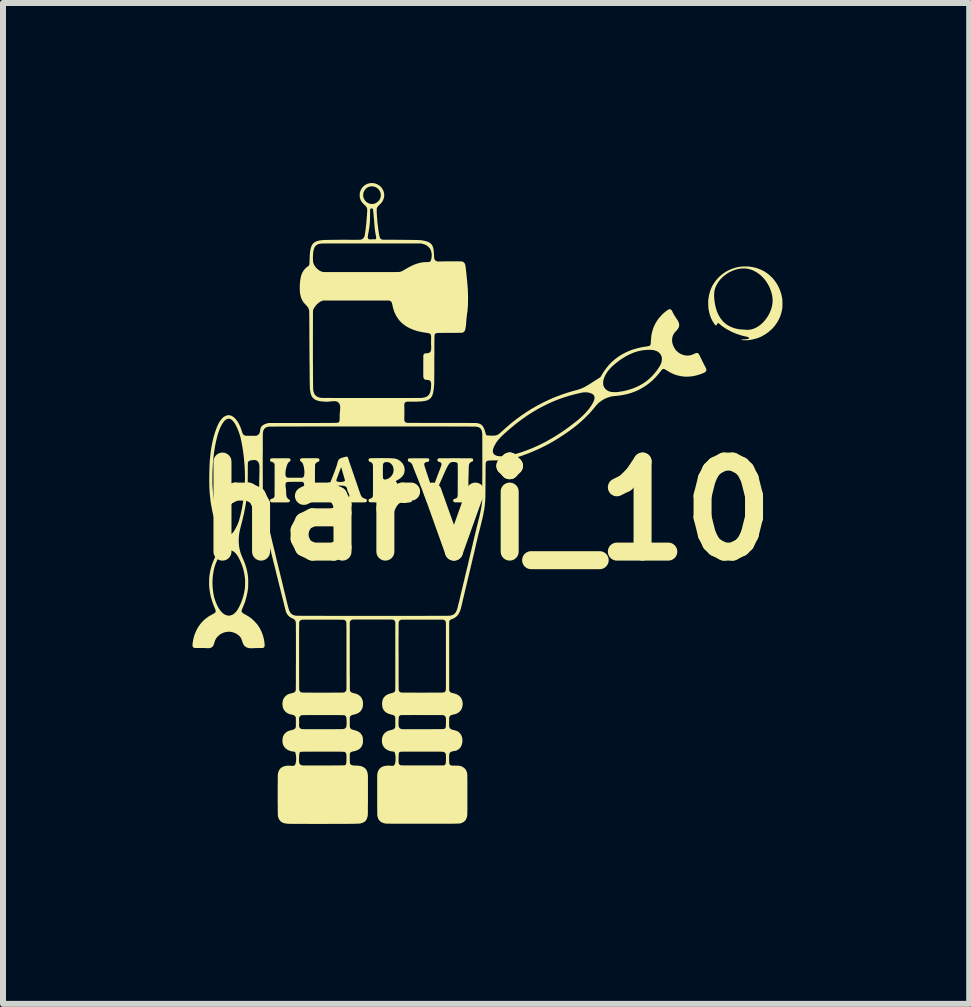
<source format=kicad_pcb>
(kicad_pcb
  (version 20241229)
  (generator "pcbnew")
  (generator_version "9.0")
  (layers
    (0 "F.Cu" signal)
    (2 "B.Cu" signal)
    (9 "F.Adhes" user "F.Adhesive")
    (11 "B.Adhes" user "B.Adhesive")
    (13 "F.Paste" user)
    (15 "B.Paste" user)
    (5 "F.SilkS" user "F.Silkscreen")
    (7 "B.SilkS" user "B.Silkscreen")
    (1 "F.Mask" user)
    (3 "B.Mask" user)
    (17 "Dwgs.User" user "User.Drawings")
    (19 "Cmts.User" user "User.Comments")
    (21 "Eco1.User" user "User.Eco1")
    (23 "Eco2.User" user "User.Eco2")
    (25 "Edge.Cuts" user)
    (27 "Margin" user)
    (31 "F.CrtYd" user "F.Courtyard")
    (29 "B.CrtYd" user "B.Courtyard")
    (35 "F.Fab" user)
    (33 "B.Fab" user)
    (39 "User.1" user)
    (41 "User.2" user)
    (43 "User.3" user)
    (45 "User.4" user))
  (footprint "harvi_10"
    (layer "F.Cu")
    (at 5.05 5.463)
    (property "Reference" "harvi_10" (at 0 0 0) (layer "F.SilkS") (effects (font (size 1.5 1.5) (thickness 0.3))))
    (attr board_only exclude_from_pos_files exclude_from_bom)
    (fp_poly (pts (xy 4.328 -4.073) (xy 4.348 -4.073) (xy 4.367 -4.072) (xy 4.384 -4.071) (xy 4.392 -4.07) (xy 4.442 -4.062) (xy 4.491 -4.051) (xy 4.537 -4.036) (xy 4.582 -4.018) (xy 4.625 -3.997) (xy 4.665 -3.972) (xy 4.704 -3.944) (xy 4.706 -3.942) (xy 4.716 -3.933) (xy 4.728 -3.923) (xy 4.741 -3.91) (xy 4.754 -3.898) (xy 4.767 -3.885) (xy 4.778 -3.873) (xy 4.788 -3.863) (xy 4.789 -3.861) (xy 4.819 -3.822) (xy 4.847 -3.781) (xy 4.871 -3.737) (xy 4.891 -3.693) (xy 4.908 -3.646) (xy 4.922 -3.599) (xy 4.926 -3.579) (xy 4.93 -3.561) (xy 4.933 -3.545) (xy 4.935 -3.529) (xy 4.936 -3.514) (xy 4.937 -3.499) (xy 4.938 -3.481) (xy 4.938 -3.461) (xy 4.938 -3.451) (xy 4.938 -3.431) (xy 4.938 -3.413) (xy 4.937 -3.398) (xy 4.936 -3.384) (xy 4.934 -3.371) (xy 4.932 -3.357) (xy 4.929 -3.341) (xy 4.927 -3.332) (xy 4.916 -3.286) (xy 4.901 -3.242) (xy 4.882 -3.199) (xy 4.86 -3.157) (xy 4.834 -3.117) (xy 4.805 -3.078) (xy 4.773 -3.041) (xy 4.77 -3.038) (xy 4.734 -3.004) (xy 4.696 -2.973) (xy 4.656 -2.945) (xy 4.614 -2.92) (xy 4.571 -2.898) (xy 4.526 -2.88) (xy 4.48 -2.866) (xy 4.433 -2.855) (xy 4.385 -2.847) (xy 4.337 -2.844) (xy 4.311 -2.844) (xy 4.299 -2.844) (xy 4.287 -2.844) (xy 4.276 -2.845) (xy 4.268 -2.845) (xy 4.267 -2.845) (xy 4.259 -2.846) (xy 4.254 -2.847) (xy 4.25 -2.848) (xy 4.25 -2.848) (xy 4.251 -2.849) (xy 4.255 -2.851) (xy 4.261 -2.852) (xy 4.269 -2.854) (xy 4.277 -2.856) (xy 4.283 -2.857) (xy 4.291 -2.858) (xy 4.301 -2.859) (xy 4.312 -2.859) (xy 4.322 -2.86) (xy 4.333 -2.861) (xy 4.343 -2.862) (xy 4.352 -2.863) (xy 4.358 -2.864) (xy 4.366 -2.866) (xy 4.373 -2.869) (xy 4.379 -2.872) (xy 4.383 -2.875) (xy 4.384 -2.877) (xy 4.383 -2.879) (xy 4.38 -2.883) (xy 4.376 -2.886) (xy 4.369 -2.892) (xy 4.361 -2.897) (xy 4.35 -2.901) (xy 4.336 -2.904) (xy 4.33 -2.905) (xy 4.311 -2.909) (xy 4.288 -2.915) (xy 4.263 -2.921) (xy 4.238 -2.929) (xy 4.212 -2.937) (xy 4.188 -2.945) (xy 4.164 -2.953) (xy 4.152 -2.958) (xy 4.122 -2.971) (xy 4.092 -2.984) (xy 4.062 -3) (xy 4.032 -3.016) (xy 4.003 -3.032) (xy 3.976 -3.049) (xy 3.95 -3.066) (xy 3.927 -3.083) (xy 3.907 -3.099) (xy 3.898 -3.107) (xy 3.888 -3.117) (xy 3.879 -3.123) (xy 3.872 -3.127) (xy 3.866 -3.128) (xy 3.86 -3.126) (xy 3.855 -3.122) (xy 3.854 -3.121) (xy 3.85 -3.116) (xy 3.846 -3.108) (xy 3.842 -3.101) (xy 3.839 -3.095) (xy 3.836 -3.091) (xy 3.834 -3.089) (xy 3.831 -3.088) (xy 3.827 -3.09) (xy 3.821 -3.095) (xy 3.814 -3.103) (xy 3.805 -3.112) (xy 3.797 -3.124) (xy 3.788 -3.138) (xy 3.779 -3.153) (xy 3.77 -3.168) (xy 3.764 -3.179) (xy 3.746 -3.217) (xy 3.732 -3.257) (xy 3.72 -3.298) (xy 3.71 -3.343) (xy 3.705 -3.376) (xy 3.703 -3.387) (xy 3.703 -3.401) (xy 3.702 -3.418) (xy 3.701 -3.436) (xy 3.701 -3.454) (xy 3.701 -3.473) (xy 3.701 -3.491) (xy 3.702 -3.507) (xy 3.703 -3.52) (xy 3.704 -3.53) (xy 3.712 -3.579) (xy 3.714 -3.591) (xy 3.799 -3.591) (xy 3.8 -3.562) (xy 3.803 -3.531) (xy 3.805 -3.505) (xy 3.812 -3.455) (xy 3.822 -3.408) (xy 3.834 -3.363) (xy 3.848 -3.32) (xy 3.865 -3.28) (xy 3.885 -3.243) (xy 3.907 -3.208) (xy 3.931 -3.177) (xy 3.957 -3.148) (xy 3.978 -3.129) (xy 4.01 -3.105) (xy 4.045 -3.083) (xy 4.082 -3.065) (xy 4.12 -3.05) (xy 4.145 -3.042) (xy 4.167 -3.037) (xy 4.189 -3.032) (xy 4.21 -3.028) (xy 4.233 -3.025) (xy 4.258 -3.023) (xy 4.281 -3.022) (xy 4.294 -3.021) (xy 4.306 -3.02) (xy 4.316 -3.019) (xy 4.324 -3.018) (xy 4.328 -3.018) (xy 4.344 -3.017) (xy 4.359 -3.016) (xy 4.375 -3.017) (xy 4.38 -3.018) (xy 4.413 -3.023) (xy 4.446 -3.032) (xy 4.478 -3.044) (xy 4.51 -3.06) (xy 4.536 -3.076) (xy 4.555 -3.089) (xy 4.572 -3.102) (xy 4.589 -3.117) (xy 4.606 -3.133) (xy 4.62 -3.147) (xy 4.648 -3.178) (xy 4.673 -3.212) (xy 4.697 -3.247) (xy 4.717 -3.283) (xy 4.734 -3.321) (xy 4.749 -3.359) (xy 4.76 -3.397) (xy 4.768 -3.436) (xy 4.773 -3.474) (xy 4.774 -3.512) (xy 4.773 -3.537) (xy 4.767 -3.584) (xy 4.757 -3.629) (xy 4.743 -3.674) (xy 4.726 -3.718) (xy 4.705 -3.761) (xy 4.68 -3.803) (xy 4.675 -3.81) (xy 4.65 -3.846) (xy 4.622 -3.879) (xy 4.592 -3.91) (xy 4.561 -3.937) (xy 4.528 -3.962) (xy 4.494 -3.983) (xy 4.459 -4.002) (xy 4.423 -4.017) (xy 4.387 -4.028) (xy 4.35 -4.036) (xy 4.313 -4.04) (xy 4.275 -4.04) (xy 4.263 -4.04) (xy 4.222 -4.035) (xy 4.182 -4.026) (xy 4.142 -4.015) (xy 4.104 -4) (xy 4.066 -3.983) (xy 4.03 -3.963) (xy 3.996 -3.94) (xy 3.963 -3.915) (xy 3.933 -3.888) (xy 3.905 -3.859) (xy 3.88 -3.829) (xy 3.858 -3.796) (xy 3.839 -3.763) (xy 3.823 -3.728) (xy 3.817 -3.71) (xy 3.81 -3.688) (xy 3.805 -3.666) (xy 3.802 -3.642) (xy 3.8 -3.618) (xy 3.799 -3.591) (xy 3.714 -3.591) (xy 3.722 -3.626) (xy 3.736 -3.671) (xy 3.752 -3.713) (xy 3.771 -3.753) (xy 3.794 -3.79) (xy 3.819 -3.826) (xy 3.827 -3.837) (xy 3.86 -3.875) (xy 3.895 -3.91) (xy 3.933 -3.942) (xy 3.973 -3.971) (xy 4.014 -3.996) (xy 4.058 -4.018) (xy 4.103 -4.036) (xy 4.15 -4.051) (xy 4.199 -4.063) (xy 4.249 -4.07) (xy 4.255 -4.071) (xy 4.27 -4.072) (xy 4.287 -4.073) (xy 4.307 -4.073)) (stroke (width 0) (type solid)) (fill yes) (layer "F.SilkS"))
    (fp_poly (pts (xy -1.719 -0.88) (xy -1.698 -0.879) (xy -1.678 -0.879) (xy -1.66 -0.879) (xy -1.644 -0.879) (xy -1.63 -0.879) (xy -1.629 -0.879) (xy -1.604 -0.878) (xy -1.582 -0.877) (xy -1.564 -0.876) (xy -1.548 -0.875) (xy -1.535 -0.874) (xy -1.523 -0.872) (xy -1.513 -0.87) (xy -1.504 -0.868) (xy -1.495 -0.865) (xy -1.487 -0.862) (xy -1.478 -0.859) (xy -1.475 -0.857) (xy -1.453 -0.845) (xy -1.432 -0.831) (xy -1.414 -0.814) (xy -1.399 -0.799) (xy -1.388 -0.784) (xy -1.378 -0.767) (xy -1.372 -0.756) (xy -1.365 -0.736) (xy -1.36 -0.714) (xy -1.358 -0.69) (xy -1.358 -0.667) (xy -1.362 -0.644) (xy -1.366 -0.627) (xy -1.373 -0.61) (xy -1.383 -0.593) (xy -1.396 -0.577) (xy -1.402 -0.57) (xy -1.415 -0.557) (xy -1.43 -0.544) (xy -1.446 -0.532) (xy -1.466 -0.52) (xy -1.479 -0.512) (xy -1.506 -0.496) (xy -1.467 -0.437) (xy -1.453 -0.417) (xy -1.44 -0.396) (xy -1.426 -0.376) (xy -1.412 -0.356) (xy -1.399 -0.336) (xy -1.387 -0.318) (xy -1.375 -0.301) (xy -1.364 -0.286) (xy -1.355 -0.273) (xy -1.347 -0.262) (xy -1.341 -0.254) (xy -1.338 -0.25) (xy -1.323 -0.234) (xy -1.307 -0.221) (xy -1.291 -0.212) (xy -1.273 -0.205) (xy -1.268 -0.204) (xy -1.26 -0.202) (xy -1.254 -0.2) (xy -1.25 -0.198) (xy -1.25 -0.198) (xy -1.243 -0.193) (xy -1.239 -0.185) (xy -1.237 -0.176) (xy -1.237 -0.167) (xy -1.239 -0.159) (xy -1.244 -0.152) (xy -1.249 -0.148) (xy -1.253 -0.147) (xy -1.26 -0.145) (xy -1.27 -0.143) (xy -1.282 -0.141) (xy -1.295 -0.139) (xy -1.308 -0.137) (xy -1.321 -0.135) (xy -1.332 -0.133) (xy -1.346 -0.132) (xy -1.361 -0.132) (xy -1.377 -0.132) (xy -1.392 -0.132) (xy -1.404 -0.133) (xy -1.411 -0.134) (xy -1.423 -0.137) (xy -1.432 -0.139) (xy -1.442 -0.143) (xy -1.452 -0.148) (xy -1.455 -0.149) (xy -1.466 -0.155) (xy -1.476 -0.163) (xy -1.487 -0.171) (xy -1.497 -0.18) (xy -1.507 -0.192) (xy -1.517 -0.205) (xy -1.528 -0.22) (xy -1.54 -0.238) (xy -1.553 -0.259) (xy -1.567 -0.282) (xy -1.582 -0.309) (xy -1.585 -0.315) (xy -1.599 -0.339) (xy -1.611 -0.36) (xy -1.621 -0.378) (xy -1.63 -0.393) (xy -1.638 -0.406) (xy -1.644 -0.417) (xy -1.65 -0.425) (xy -1.655 -0.432) (xy -1.66 -0.437) (xy -1.664 -0.441) (xy -1.668 -0.444) (xy -1.672 -0.447) (xy -1.675 -0.448) (xy -1.686 -0.45) (xy -1.696 -0.449) (xy -1.706 -0.445) (xy -1.714 -0.437) (xy -1.716 -0.433) (xy -1.719 -0.429) (xy -1.72 -0.423) (xy -1.72 -0.416) (xy -1.72 -0.413) (xy -1.719 -0.398) (xy -1.719 -0.38) (xy -1.719 -0.361) (xy -1.719 -0.341) (xy -1.72 -0.321) (xy -1.72 -0.307) (xy -1.721 -0.292) (xy -1.721 -0.279) (xy -1.721 -0.269) (xy -1.719 -0.261) (xy -1.717 -0.253) (xy -1.714 -0.245) (xy -1.712 -0.241) (xy -1.705 -0.23) (xy -1.695 -0.218) (xy -1.682 -0.208) (xy -1.669 -0.199) (xy -1.667 -0.198) (xy -1.657 -0.193) (xy -1.65 -0.187) (xy -1.646 -0.182) (xy -1.644 -0.177) (xy -1.644 -0.171) (xy -1.646 -0.162) (xy -1.652 -0.154) (xy -1.66 -0.149) (xy -1.662 -0.147) (xy -1.665 -0.146) (xy -1.669 -0.145) (xy -1.673 -0.145) (xy -1.679 -0.144) (xy -1.688 -0.144) (xy -1.699 -0.143) (xy -1.714 -0.143) (xy -1.719 -0.143) (xy -1.732 -0.142) (xy -1.749 -0.142) (xy -1.768 -0.142) (xy -1.789 -0.142) (xy -1.81 -0.142) (xy -1.832 -0.142) (xy -1.852 -0.142) (xy -1.854 -0.142) (xy -1.876 -0.143) (xy -1.894 -0.143) (xy -1.909 -0.143) (xy -1.921 -0.144) (xy -1.93 -0.144) (xy -1.938 -0.145) (xy -1.943 -0.146) (xy -1.947 -0.148) (xy -1.95 -0.149) (xy -1.952 -0.151) (xy -1.954 -0.154) (xy -1.955 -0.156) (xy -1.958 -0.164) (xy -1.959 -0.173) (xy -1.958 -0.182) (xy -1.956 -0.189) (xy -1.953 -0.193) (xy -1.949 -0.197) (xy -1.943 -0.2) (xy -1.933 -0.204) (xy -1.926 -0.206) (xy -1.917 -0.209) (xy -1.91 -0.212) (xy -1.904 -0.217) (xy -1.902 -0.22) (xy -1.899 -0.222) (xy -1.897 -0.224) (xy -1.895 -0.226) (xy -1.894 -0.228) (xy -1.892 -0.23) (xy -1.891 -0.233) (xy -1.89 -0.236) (xy -1.889 -0.241) (xy -1.888 -0.246) (xy -1.887 -0.253) (xy -1.887 -0.262) (xy -1.886 -0.272) (xy -1.886 -0.284) (xy -1.886 -0.299) (xy -1.885 -0.316) (xy -1.885 -0.335) (xy -1.885 -0.357) (xy -1.885 -0.382) (xy -1.885 -0.411) (xy -1.885 -0.442) (xy -1.885 -0.478) (xy -1.885 -0.497) (xy -1.885 -0.539) (xy -1.885 -0.578) (xy -1.885 -0.613) (xy -1.885 -0.644) (xy -1.885 -0.652) (xy -1.72 -0.652) (xy -1.72 -0.634) (xy -1.72 -0.616) (xy -1.72 -0.599) (xy -1.719 -0.584) (xy -1.719 -0.571) (xy -1.719 -0.56) (xy -1.718 -0.552) (xy -1.718 -0.548) (xy -1.718 -0.548) (xy -1.714 -0.539) (xy -1.709 -0.531) (xy -1.702 -0.526) (xy -1.697 -0.524) (xy -1.691 -0.522) (xy -1.685 -0.522) (xy -1.678 -0.523) (xy -1.668 -0.525) (xy -1.666 -0.526) (xy -1.642 -0.533) (xy -1.621 -0.544) (xy -1.602 -0.558) (xy -1.585 -0.574) (xy -1.57 -0.592) (xy -1.558 -0.612) (xy -1.549 -0.633) (xy -1.544 -0.656) (xy -1.542 -0.679) (xy -1.543 -0.699) (xy -1.547 -0.722) (xy -1.554 -0.743) (xy -1.564 -0.762) (xy -1.577 -0.778) (xy -1.591 -0.792) (xy -1.606 -0.802) (xy -1.622 -0.809) (xy -1.64 -0.813) (xy -1.659 -0.814) (xy -1.676 -0.812) (xy -1.681 -0.811) (xy -1.695 -0.806) (xy -1.704 -0.8) (xy -1.711 -0.791) (xy -1.716 -0.779) (xy -1.718 -0.774) (xy -1.718 -0.77) (xy -1.718 -0.763) (xy -1.719 -0.752) (xy -1.719 -0.739) (xy -1.719 -0.724) (xy -1.72 -0.707) (xy -1.72 -0.69) (xy -1.72 -0.671) (xy -1.72 -0.652) (xy -1.885 -0.652) (xy -1.885 -0.672) (xy -1.885 -0.696) (xy -1.885 -0.716) (xy -1.885 -0.733) (xy -1.886 -0.745) (xy -1.886 -0.754) (xy -1.886 -0.759) (xy -1.886 -0.76) (xy -1.889 -0.776) (xy -1.895 -0.789) (xy -1.902 -0.799) (xy -1.913 -0.808) (xy -1.927 -0.815) (xy -1.936 -0.818) (xy -1.947 -0.824) (xy -1.955 -0.831) (xy -1.959 -0.84) (xy -1.959 -0.851) (xy -1.958 -0.856) (xy -1.955 -0.865) (xy -1.948 -0.872) (xy -1.94 -0.876) (xy -1.936 -0.877) (xy -1.929 -0.877) (xy -1.918 -0.878) (xy -1.905 -0.878) (xy -1.889 -0.878) (xy -1.871 -0.879) (xy -1.852 -0.879) (xy -1.831 -0.879) (xy -1.809 -0.879) (xy -1.786 -0.879) (xy -1.764 -0.88) (xy -1.741 -0.88)) (stroke (width 0) (type solid)) (fill yes) (layer "F.SilkS"))
    (fp_poly (pts (xy -0.475 -0.878) (xy -0.44 -0.878) (xy -0.409 -0.877) (xy -0.381 -0.877) (xy -0.356 -0.877) (xy -0.334 -0.877) (xy -0.315 -0.877) (xy -0.299 -0.877) (xy -0.284 -0.877) (xy -0.272 -0.877) (xy -0.262 -0.877) (xy -0.254 -0.877) (xy -0.248 -0.876) (xy -0.242 -0.876) (xy -0.238 -0.876) (xy -0.235 -0.875) (xy -0.233 -0.875) (xy -0.231 -0.875) (xy -0.23 -0.874) (xy -0.23 -0.874) (xy -0.223 -0.868) (xy -0.219 -0.86) (xy -0.216 -0.851) (xy -0.216 -0.841) (xy -0.219 -0.833) (xy -0.221 -0.829) (xy -0.224 -0.826) (xy -0.23 -0.823) (xy -0.234 -0.822) (xy -0.25 -0.815) (xy -0.263 -0.807) (xy -0.272 -0.796) (xy -0.28 -0.783) (xy -0.281 -0.78) (xy -0.282 -0.778) (xy -0.283 -0.776) (xy -0.284 -0.773) (xy -0.285 -0.77) (xy -0.286 -0.766) (xy -0.286 -0.761) (xy -0.287 -0.756) (xy -0.287 -0.749) (xy -0.288 -0.74) (xy -0.289 -0.73) (xy -0.289 -0.718) (xy -0.29 -0.703) (xy -0.29 -0.686) (xy -0.291 -0.666) (xy -0.291 -0.644) (xy -0.292 -0.618) (xy -0.293 -0.589) (xy -0.293 -0.556) (xy -0.294 -0.538) (xy -0.295 -0.504) (xy -0.295 -0.471) (xy -0.294 -0.438) (xy -0.294 -0.408) (xy -0.293 -0.379) (xy -0.291 -0.353) (xy -0.289 -0.332) (xy -0.287 -0.315) (xy -0.285 -0.297) (xy -0.283 -0.281) (xy -0.281 -0.266) (xy -0.279 -0.253) (xy -0.277 -0.243) (xy -0.276 -0.238) (xy -0.27 -0.226) (xy -0.263 -0.216) (xy -0.253 -0.209) (xy -0.24 -0.205) (xy -0.237 -0.204) (xy -0.225 -0.2) (xy -0.216 -0.195) (xy -0.211 -0.187) (xy -0.208 -0.177) (xy -0.208 -0.171) (xy -0.209 -0.161) (xy -0.214 -0.152) (xy -0.222 -0.146) (xy -0.223 -0.146) (xy -0.224 -0.145) (xy -0.226 -0.145) (xy -0.228 -0.144) (xy -0.232 -0.144) (xy -0.236 -0.143) (xy -0.241 -0.143) (xy -0.248 -0.143) (xy -0.257 -0.143) (xy -0.268 -0.142) (xy -0.282 -0.142) (xy -0.298 -0.142) (xy -0.318 -0.142) (xy -0.34 -0.142) (xy -0.366 -0.142) (xy -0.378 -0.142) (xy -0.406 -0.142) (xy -0.43 -0.142) (xy -0.451 -0.142) (xy -0.468 -0.142) (xy -0.483 -0.143) (xy -0.495 -0.143) (xy -0.505 -0.143) (xy -0.513 -0.143) (xy -0.519 -0.143) (xy -0.524 -0.144) (xy -0.528 -0.144) (xy -0.53 -0.145) (xy -0.532 -0.145) (xy -0.534 -0.146) (xy -0.534 -0.146) (xy -0.541 -0.152) (xy -0.546 -0.159) (xy -0.549 -0.169) (xy -0.548 -0.179) (xy -0.546 -0.186) (xy -0.541 -0.193) (xy -0.534 -0.198) (xy -0.525 -0.201) (xy -0.521 -0.202) (xy -0.506 -0.206) (xy -0.494 -0.212) (xy -0.485 -0.221) (xy -0.479 -0.232) (xy -0.475 -0.244) (xy -0.474 -0.248) (xy -0.474 -0.255) (xy -0.474 -0.265) (xy -0.474 -0.279) (xy -0.473 -0.296) (xy -0.473 -0.317) (xy -0.473 -0.342) (xy -0.473 -0.371) (xy -0.473 -0.403) (xy -0.473 -0.439) (xy -0.473 -0.479) (xy -0.472 -0.519) (xy -0.472 -0.557) (xy -0.472 -0.591) (xy -0.472 -0.622) (xy -0.472 -0.65) (xy -0.472 -0.674) (xy -0.472 -0.695) (xy -0.472 -0.714) (xy -0.473 -0.73) (xy -0.473 -0.744) (xy -0.473 -0.755) (xy -0.473 -0.765) (xy -0.474 -0.773) (xy -0.474 -0.779) (xy -0.475 -0.784) (xy -0.475 -0.788) (xy -0.476 -0.791) (xy -0.477 -0.793) (xy -0.478 -0.795) (xy -0.479 -0.796) (xy -0.48 -0.797) (xy -0.482 -0.799) (xy -0.483 -0.799) (xy -0.489 -0.804) (xy -0.496 -0.808) (xy -0.506 -0.811) (xy -0.516 -0.813) (xy -0.538 -0.815) (xy -0.558 -0.815) (xy -0.577 -0.811) (xy -0.591 -0.806) (xy -0.6 -0.8) (xy -0.61 -0.79) (xy -0.619 -0.779) (xy -0.628 -0.766) (xy -0.631 -0.762) (xy -0.635 -0.754) (xy -0.64 -0.747) (xy -0.644 -0.739) (xy -0.648 -0.731) (xy -0.652 -0.723) (xy -0.657 -0.713) (xy -0.662 -0.703) (xy -0.668 -0.691) (xy -0.674 -0.678) (xy -0.681 -0.663) (xy -0.689 -0.646) (xy -0.697 -0.626) (xy -0.707 -0.605) (xy -0.718 -0.581) (xy -0.729 -0.554) (xy -0.743 -0.524) (xy -0.757 -0.491) (xy -0.767 -0.47) (xy -0.784 -0.43) (xy -0.8 -0.394) (xy -0.814 -0.362) (xy -0.827 -0.332) (xy -0.839 -0.305) (xy -0.849 -0.282) (xy -0.859 -0.261) (xy -0.867 -0.242) (xy -0.874 -0.226) (xy -0.88 -0.212) (xy -0.885 -0.2) (xy -0.89 -0.19) (xy -0.893 -0.182) (xy -0.896 -0.176) (xy -0.898 -0.171) (xy -0.9 -0.167) (xy -0.901 -0.166) (xy -0.909 -0.152) (xy -0.917 -0.141) (xy -0.926 -0.134) (xy -0.937 -0.13) (xy -0.946 -0.129) (xy -0.956 -0.13) (xy -0.964 -0.133) (xy -0.966 -0.133) (xy -0.975 -0.139) (xy -0.983 -0.149) (xy -0.988 -0.157) (xy -0.99 -0.16) (xy -0.993 -0.167) (xy -0.997 -0.177) (xy -1.002 -0.19) (xy -1.008 -0.206) (xy -1.015 -0.224) (xy -1.024 -0.244) (xy -1.032 -0.266) (xy -1.042 -0.29) (xy -1.052 -0.315) (xy -1.062 -0.341) (xy -1.073 -0.369) (xy -1.084 -0.397) (xy -1.096 -0.425) (xy -1.107 -0.454) (xy -1.118 -0.482) (xy -1.129 -0.511) (xy -1.14 -0.539) (xy -1.151 -0.566) (xy -1.161 -0.592) (xy -1.171 -0.616) (xy -1.18 -0.639) (xy -1.188 -0.661) (xy -1.196 -0.68) (xy -1.203 -0.697) (xy -1.208 -0.712) (xy -1.213 -0.724) (xy -1.216 -0.732) (xy -1.218 -0.737) (xy -1.222 -0.748) (xy -1.226 -0.759) (xy -1.23 -0.768) (xy -1.233 -0.775) (xy -1.234 -0.778) (xy -1.245 -0.793) (xy -1.258 -0.805) (xy -1.273 -0.814) (xy -1.284 -0.818) (xy -1.29 -0.821) (xy -1.296 -0.825) (xy -1.297 -0.826) (xy -1.3 -0.83) (xy -1.302 -0.833) (xy -1.303 -0.839) (xy -1.304 -0.846) (xy -1.304 -0.854) (xy -1.303 -0.859) (xy -1.302 -0.862) (xy -1.3 -0.865) (xy -1.298 -0.867) (xy -1.297 -0.869) (xy -1.296 -0.87) (xy -1.294 -0.872) (xy -1.291 -0.873) (xy -1.287 -0.874) (xy -1.283 -0.875) (xy -1.277 -0.875) (xy -1.269 -0.876) (xy -1.259 -0.876) (xy -1.247 -0.876) (xy -1.232 -0.876) (xy -1.215 -0.877) (xy -1.195 -0.877) (xy -1.172 -0.877) (xy -1.145 -0.877) (xy -1.126 -0.877) (xy -1.097 -0.877) (xy -1.072 -0.877) (xy -1.05 -0.877) (xy -1.032 -0.877) (xy -1.016 -0.877) (xy -1.003 -0.877) (xy -0.992 -0.877) (xy -0.984 -0.877) (xy -0.977 -0.876) (xy -0.972 -0.876) (xy -0.968 -0.876) (xy -0.965 -0.875) (xy -0.963 -0.875) (xy -0.962 -0.874) (xy -0.961 -0.874) (xy -0.953 -0.868) (xy -0.949 -0.861) (xy -0.947 -0.852) (xy -0.947 -0.85) (xy -0.948 -0.838) (xy -0.952 -0.83) (xy -0.958 -0.823) (xy -0.967 -0.819) (xy -0.979 -0.816) (xy -0.982 -0.816) (xy -0.998 -0.813) (xy -1.011 -0.808) (xy -1.02 -0.801) (xy -1.025 -0.796) (xy -1.028 -0.791) (xy -1.029 -0.786) (xy -1.03 -0.781) (xy -1.03 -0.773) (xy -1.03 -0.77) (xy -1.03 -0.768) (xy -1.03 -0.765) (xy -1.029 -0.761) (xy -1.028 -0.757) (xy -1.027 -0.752) (xy -1.025 -0.745) (xy -1.022 -0.737) (xy -1.019 -0.727) (xy -1.016 -0.716) (xy -1.011 -0.702) (xy -1.006 -0.686) (xy -1 -0.667) (xy -0.993 -0.646) (xy -0.985 -0.621) (xy -0.975 -0.594) (xy -0.965 -0.563) (xy -0.964 -0.559) (xy -0.953 -0.527) (xy -0.943 -0.498) (xy -0.934 -0.471) (xy -0.926 -0.447) (xy -0.918 -0.425) (xy -0.912 -0.407) (xy -0.906 -0.391) (xy -0.902 -0.379) (xy -0.899 -0.371) (xy -0.897 -0.365) (xy -0.896 -0.363) (xy -0.896 -0.363) (xy -0.895 -0.364) (xy -0.895 -0.366) (xy -0.893 -0.37) (xy -0.891 -0.374) (xy -0.889 -0.38) (xy -0.886 -0.388) (xy -0.882 -0.398) (xy -0.878 -0.409) (xy -0.873 -0.423) (xy -0.867 -0.438) (xy -0.86 -0.457) (xy -0.852 -0.477) (xy -0.843 -0.5) (xy -0.833 -0.527) (xy -0.822 -0.556) (xy -0.81 -0.588) (xy -0.797 -0.623) (xy -0.782 -0.661) (xy -0.766 -0.703) (xy -0.76 -0.72) (xy -0.756 -0.732) (xy -0.752 -0.743) (xy -0.748 -0.754) (xy -0.746 -0.762) (xy -0.744 -0.768) (xy -0.744 -0.781) (xy -0.746 -0.792) (xy -0.752 -0.801) (xy -0.761 -0.809) (xy -0.774 -0.815) (xy -0.786 -0.818) (xy -0.797 -0.822) (xy -0.805 -0.828) (xy -0.809 -0.835) (xy -0.812 -0.845) (xy -0.811 -0.855) (xy -0.807 -0.864) (xy -0.801 -0.872) (xy -0.798 -0.874) (xy -0.797 -0.874) (xy -0.796 -0.875) (xy -0.794 -0.875) (xy -0.793 -0.875) (xy -0.79 -0.876) (xy -0.786 -0.876) (xy -0.782 -0.876) (xy -0.776 -0.877) (xy -0.768 -0.877) (xy -0.759 -0.877) (xy -0.748 -0.877) (xy -0.735 -0.877) (xy -0.719 -0.877) (xy -0.702 -0.877) (xy -0.681 -0.877) (xy -0.658 -0.877) (xy -0.631 -0.877) (xy -0.601 -0.878) (xy -0.568 -0.878) (xy -0.532 -0.878) (xy -0.514 -0.878)) (stroke (width 0) (type solid)) (fill yes) (layer "F.SilkS"))
    (fp_poly (pts (xy -2.318 -0.903) (xy -2.312 -0.901) (xy -2.307 -0.897) (xy -2.303 -0.89) (xy -2.299 -0.88) (xy -2.295 -0.867) (xy -2.291 -0.855) (xy -2.289 -0.847) (xy -2.285 -0.836) (xy -2.281 -0.822) (xy -2.276 -0.807) (xy -2.271 -0.791) (xy -2.265 -0.776) (xy -2.265 -0.774) (xy -2.259 -0.757) (xy -2.253 -0.74) (xy -2.247 -0.724) (xy -2.242 -0.708) (xy -2.237 -0.694) (xy -2.233 -0.683) (xy -2.233 -0.683) (xy -2.231 -0.677) (xy -2.228 -0.667) (xy -2.223 -0.654) (xy -2.218 -0.638) (xy -2.211 -0.619) (xy -2.204 -0.599) (xy -2.197 -0.576) (xy -2.189 -0.553) (xy -2.18 -0.528) (xy -2.171 -0.502) (xy -2.162 -0.475) (xy -2.159 -0.467) (xy -2.15 -0.441) (xy -2.142 -0.416) (xy -2.133 -0.392) (xy -2.126 -0.369) (xy -2.119 -0.348) (xy -2.112 -0.329) (xy -2.106 -0.313) (xy -2.101 -0.298) (xy -2.097 -0.287) (xy -2.094 -0.279) (xy -2.093 -0.274) (xy -2.092 -0.273) (xy -2.083 -0.253) (xy -2.073 -0.237) (xy -2.061 -0.224) (xy -2.047 -0.215) (xy -2.032 -0.208) (xy -2.02 -0.204) (xy -2.007 -0.201) (xy -1.998 -0.197) (xy -1.992 -0.191) (xy -1.989 -0.185) (xy -1.987 -0.176) (xy -1.987 -0.172) (xy -1.988 -0.162) (xy -1.992 -0.154) (xy -1.999 -0.148) (xy -2.002 -0.146) (xy -2.003 -0.145) (xy -2.005 -0.145) (xy -2.007 -0.144) (xy -2.01 -0.144) (xy -2.013 -0.143) (xy -2.018 -0.143) (xy -2.025 -0.143) (xy -2.033 -0.143) (xy -2.044 -0.142) (xy -2.056 -0.142) (xy -2.072 -0.142) (xy -2.09 -0.142) (xy -2.111 -0.142) (xy -2.136 -0.142) (xy -2.16 -0.142) (xy -2.311 -0.142) (xy -2.319 -0.147) (xy -2.327 -0.152) (xy -2.332 -0.16) (xy -2.333 -0.17) (xy -2.333 -0.172) (xy -2.332 -0.181) (xy -2.328 -0.189) (xy -2.32 -0.197) (xy -2.316 -0.2) (xy -2.301 -0.212) (xy -2.29 -0.223) (xy -2.283 -0.235) (xy -2.279 -0.248) (xy -2.279 -0.261) (xy -2.281 -0.27) (xy -2.282 -0.274) (xy -2.285 -0.281) (xy -2.289 -0.29) (xy -2.294 -0.301) (xy -2.297 -0.308) (xy -2.303 -0.32) (xy -2.307 -0.33) (xy -2.31 -0.339) (xy -2.313 -0.346) (xy -2.314 -0.354) (xy -2.315 -0.357) (xy -2.317 -0.366) (xy -2.319 -0.375) (xy -2.321 -0.382) (xy -2.321 -0.384) (xy -2.328 -0.395) (xy -2.339 -0.404) (xy -2.352 -0.412) (xy -2.367 -0.417) (xy -2.369 -0.418) (xy -2.376 -0.419) (xy -2.386 -0.42) (xy -2.399 -0.421) (xy -2.413 -0.421) (xy -2.428 -0.421) (xy -2.443 -0.42) (xy -2.457 -0.42) (xy -2.469 -0.419) (xy -2.479 -0.418) (xy -2.484 -0.417) (xy -2.499 -0.413) (xy -2.512 -0.408) (xy -2.523 -0.401) (xy -2.533 -0.392) (xy -2.541 -0.381) (xy -2.549 -0.367) (xy -2.556 -0.351) (xy -2.562 -0.331) (xy -2.568 -0.309) (xy -2.571 -0.29) (xy -2.575 -0.274) (xy -2.577 -0.261) (xy -2.578 -0.251) (xy -2.578 -0.242) (xy -2.577 -0.235) (xy -2.576 -0.23) (xy -2.574 -0.225) (xy -2.569 -0.218) (xy -2.562 -0.213) (xy -2.552 -0.208) (xy -2.539 -0.205) (xy -2.539 -0.205) (xy -2.526 -0.202) (xy -2.516 -0.197) (xy -2.51 -0.192) (xy -2.506 -0.185) (xy -2.504 -0.177) (xy -2.504 -0.174) (xy -2.505 -0.163) (xy -2.51 -0.154) (xy -2.517 -0.147) (xy -2.518 -0.146) (xy -2.519 -0.146) (xy -2.52 -0.145) (xy -2.522 -0.145) (xy -2.524 -0.144) (xy -2.526 -0.144) (xy -2.53 -0.144) (xy -2.535 -0.143) (xy -2.541 -0.143) (xy -2.549 -0.143) (xy -2.559 -0.143) (xy -2.57 -0.142) (xy -2.583 -0.142) (xy -2.599 -0.142) (xy -2.618 -0.142) (xy -2.639 -0.142) (xy -2.663 -0.142) (xy -2.69 -0.142) (xy -2.72 -0.142) (xy -2.754 -0.142) (xy -2.792 -0.142) (xy -2.799 -0.142) (xy -2.841 -0.141) (xy -2.88 -0.141) (xy -2.914 -0.141) (xy -2.946 -0.141) (xy -2.973 -0.141) (xy -2.998 -0.142) (xy -3.019 -0.142) (xy -3.037 -0.142) (xy -3.052 -0.142) (xy -3.063 -0.142) (xy -3.073 -0.142) (xy -3.079 -0.143) (xy -3.083 -0.143) (xy -3.084 -0.143) (xy -3.094 -0.147) (xy -3.101 -0.154) (xy -3.106 -0.163) (xy -3.107 -0.167) (xy -3.107 -0.178) (xy -3.105 -0.186) (xy -3.1 -0.193) (xy -3.091 -0.198) (xy -3.079 -0.203) (xy -3.072 -0.205) (xy -3.06 -0.209) (xy -3.051 -0.213) (xy -3.044 -0.219) (xy -3.039 -0.227) (xy -3.038 -0.229) (xy -3.032 -0.24) (xy -3.031 -0.324) (xy -3.031 -0.35) (xy -3.031 -0.372) (xy -3.031 -0.391) (xy -3.031 -0.407) (xy -3.031 -0.421) (xy -3.032 -0.432) (xy -3.033 -0.441) (xy -3.034 -0.449) (xy -3.035 -0.455) (xy -3.037 -0.46) (xy -3.038 -0.464) (xy -3.039 -0.465) (xy -3.043 -0.472) (xy -3.047 -0.476) (xy -3.053 -0.48) (xy -3.054 -0.48) (xy -3.064 -0.485) (xy -3.18 -0.485) (xy -3.206 -0.485) (xy -3.229 -0.484) (xy -3.25 -0.484) (xy -3.268 -0.484) (xy -3.283 -0.483) (xy -3.294 -0.483) (xy -3.303 -0.483) (xy -3.308 -0.482) (xy -3.308 -0.482) (xy -3.32 -0.478) (xy -3.33 -0.473) (xy -3.337 -0.466) (xy -3.338 -0.463) (xy -3.34 -0.457) (xy -3.342 -0.447) (xy -3.342 -0.435) (xy -3.342 -0.42) (xy -3.341 -0.405) (xy -3.339 -0.389) (xy -3.337 -0.378) (xy -3.335 -0.365) (xy -3.334 -0.351) (xy -3.333 -0.334) (xy -3.332 -0.314) (xy -3.331 -0.304) (xy -3.331 -0.287) (xy -3.33 -0.273) (xy -3.329 -0.262) (xy -3.328 -0.253) (xy -3.326 -0.245) (xy -3.324 -0.239) (xy -3.322 -0.232) (xy -3.318 -0.225) (xy -3.318 -0.225) (xy -3.312 -0.215) (xy -3.304 -0.205) (xy -3.294 -0.196) (xy -3.284 -0.189) (xy -3.283 -0.189) (xy -3.275 -0.185) (xy -3.27 -0.181) (xy -3.268 -0.177) (xy -3.267 -0.174) (xy -3.267 -0.172) (xy -3.269 -0.163) (xy -3.274 -0.156) (xy -3.282 -0.149) (xy -3.285 -0.147) (xy -3.295 -0.142) (xy -3.431 -0.142) (xy -3.454 -0.142) (xy -3.476 -0.142) (xy -3.497 -0.142) (xy -3.516 -0.142) (xy -3.533 -0.142) (xy -3.548 -0.142) (xy -3.56 -0.142) (xy -3.569 -0.143) (xy -3.574 -0.143) (xy -3.576 -0.143) (xy -3.582 -0.145) (xy -3.588 -0.147) (xy -3.589 -0.148) (xy -3.595 -0.154) (xy -3.599 -0.162) (xy -3.6 -0.171) (xy -3.599 -0.181) (xy -3.596 -0.188) (xy -3.592 -0.193) (xy -3.588 -0.196) (xy -3.582 -0.199) (xy -3.573 -0.202) (xy -3.568 -0.203) (xy -3.553 -0.208) (xy -3.541 -0.215) (xy -3.533 -0.225) (xy -3.527 -0.237) (xy -3.527 -0.239) (xy -3.526 -0.243) (xy -3.526 -0.248) (xy -3.526 -0.256) (xy -3.525 -0.265) (xy -3.525 -0.277) (xy -3.525 -0.292) (xy -3.525 -0.309) (xy -3.525 -0.329) (xy -3.525 -0.352) (xy -3.524 -0.378) (xy -3.524 -0.408) (xy -3.524 -0.441) (xy -3.524 -0.477) (xy -3.524 -0.506) (xy -3.524 -0.544) (xy -3.524 -0.578) (xy -3.524 -0.608) (xy -3.524 -0.635) (xy -3.524 -0.659) (xy -3.524 -0.68) (xy -3.524 -0.698) (xy -3.524 -0.714) (xy -3.524 -0.728) (xy -3.524 -0.739) (xy -3.524 -0.749) (xy -3.524 -0.757) (xy -3.525 -0.763) (xy -3.525 -0.768) (xy -3.525 -0.772) (xy -3.526 -0.775) (xy -3.526 -0.778) (xy -3.527 -0.78) (xy -3.531 -0.792) (xy -3.538 -0.801) (xy -3.547 -0.808) (xy -3.559 -0.814) (xy -3.571 -0.817) (xy -3.579 -0.819) (xy -3.586 -0.821) (xy -3.59 -0.823) (xy -3.59 -0.823) (xy -3.595 -0.828) (xy -3.598 -0.836) (xy -3.6 -0.846) (xy -3.6 -0.848) (xy -3.599 -0.858) (xy -3.595 -0.866) (xy -3.588 -0.872) (xy -3.585 -0.873) (xy -3.583 -0.874) (xy -3.581 -0.875) (xy -3.579 -0.875) (xy -3.576 -0.876) (xy -3.572 -0.876) (xy -3.567 -0.876) (xy -3.56 -0.877) (xy -3.552 -0.877) (xy -3.541 -0.877) (xy -3.528 -0.877) (xy -3.513 -0.877) (xy -3.495 -0.877) (xy -3.473 -0.877) (xy -3.448 -0.877) (xy -3.429 -0.877) (xy -3.402 -0.877) (xy -3.378 -0.877) (xy -3.358 -0.877) (xy -3.34 -0.877) (xy -3.326 -0.877) (xy -3.314 -0.877) (xy -3.304 -0.877) (xy -3.297 -0.877) (xy -3.291 -0.877) (xy -3.286 -0.876) (xy -3.283 -0.876) (xy -3.28 -0.875) (xy -3.278 -0.875) (xy -3.276 -0.874) (xy -3.276 -0.874) (xy -3.267 -0.868) (xy -3.261 -0.86) (xy -3.259 -0.851) (xy -3.259 -0.842) (xy -3.263 -0.833) (xy -3.265 -0.83) (xy -3.271 -0.825) (xy -3.278 -0.82) (xy -3.28 -0.819) (xy -3.288 -0.812) (xy -3.296 -0.804) (xy -3.303 -0.793) (xy -3.31 -0.78) (xy -3.317 -0.763) (xy -3.322 -0.748) (xy -3.33 -0.719) (xy -3.337 -0.688) (xy -3.341 -0.658) (xy -3.344 -0.629) (xy -3.344 -0.619) (xy -3.343 -0.602) (xy -3.342 -0.589) (xy -3.338 -0.578) (xy -3.333 -0.57) (xy -3.327 -0.563) (xy -3.318 -0.558) (xy -3.315 -0.557) (xy -3.305 -0.552) (xy -3.185 -0.552) (xy -3.16 -0.552) (xy -3.138 -0.552) (xy -3.119 -0.552) (xy -3.104 -0.552) (xy -3.091 -0.553) (xy -3.08 -0.553) (xy -3.072 -0.553) (xy -3.065 -0.554) (xy -3.06 -0.555) (xy -3.056 -0.556) (xy -3.053 -0.557) (xy -3.05 -0.559) (xy -3.048 -0.561) (xy -3.046 -0.563) (xy -3.045 -0.564) (xy -3.039 -0.572) (xy -3.035 -0.583) (xy -3.031 -0.597) (xy -3.029 -0.613) (xy -3.028 -0.632) (xy -3.028 -0.652) (xy -3.029 -0.673) (xy -3.032 -0.695) (xy -3.035 -0.718) (xy -3.04 -0.74) (xy -3.041 -0.746) (xy -3.046 -0.764) (xy -3.051 -0.779) (xy -3.056 -0.791) (xy -3.062 -0.801) (xy -3.068 -0.809) (xy -3.075 -0.815) (xy -3.081 -0.819) (xy -3.091 -0.827) (xy -3.097 -0.834) (xy -3.1 -0.841) (xy -3.101 -0.848) (xy -3.1 -0.856) (xy -3.096 -0.865) (xy -3.089 -0.871) (xy -3.08 -0.876) (xy -3.076 -0.876) (xy -3.072 -0.877) (xy -3.065 -0.877) (xy -3.054 -0.878) (xy -3.04 -0.878) (xy -3.023 -0.878) (xy -3.003 -0.878) (xy -2.978 -0.878) (xy -2.95 -0.878) (xy -2.932 -0.878) (xy -2.906 -0.878) (xy -2.883 -0.878) (xy -2.864 -0.878) (xy -2.848 -0.878) (xy -2.835 -0.877) (xy -2.824 -0.877) (xy -2.815 -0.877) (xy -2.808 -0.877) (xy -2.803 -0.876) (xy -2.799 -0.876) (xy -2.796 -0.875) (xy -2.794 -0.875) (xy -2.792 -0.874) (xy -2.792 -0.874) (xy -2.784 -0.868) (xy -2.779 -0.86) (xy -2.777 -0.851) (xy -2.777 -0.841) (xy -2.78 -0.832) (xy -2.781 -0.831) (xy -2.785 -0.826) (xy -2.791 -0.822) (xy -2.798 -0.818) (xy -2.809 -0.814) (xy -2.81 -0.814) (xy -2.823 -0.807) (xy -2.834 -0.797) (xy -2.843 -0.785) (xy -2.844 -0.783) (xy -2.85 -0.772) (xy -2.852 -0.64) (xy -2.852 -0.602) (xy -2.852 -0.566) (xy -2.852 -0.531) (xy -2.852 -0.499) (xy -2.852 -0.469) (xy -2.852 -0.442) (xy -2.852 -0.417) (xy -2.851 -0.396) (xy -2.851 -0.377) (xy -2.85 -0.363) (xy -2.849 -0.354) (xy -2.848 -0.339) (xy -2.846 -0.322) (xy -2.844 -0.306) (xy -2.842 -0.29) (xy -2.841 -0.275) (xy -2.839 -0.262) (xy -2.837 -0.251) (xy -2.836 -0.244) (xy -2.836 -0.243) (xy -2.833 -0.231) (xy -2.828 -0.222) (xy -2.82 -0.215) (xy -2.815 -0.211) (xy -2.811 -0.209) (xy -2.806 -0.208) (xy -2.8 -0.207) (xy -2.792 -0.207) (xy -2.782 -0.206) (xy -2.77 -0.206) (xy -2.759 -0.206) (xy -2.751 -0.207) (xy -2.746 -0.208) (xy -2.73 -0.213) (xy -2.715 -0.221) (xy -2.703 -0.232) (xy -2.693 -0.246) (xy -2.692 -0.247) (xy -2.688 -0.257) (xy -2.682 -0.271) (xy -2.674 -0.287) (xy -2.666 -0.305) (xy -2.657 -0.326) (xy -2.647 -0.349) (xy -2.637 -0.374) (xy -2.627 -0.399) (xy -2.616 -0.426) (xy -2.605 -0.452) (xy -2.594 -0.479) (xy -2.583 -0.506) (xy -2.583 -0.507) (xy -2.496 -0.507) (xy -2.495 -0.501) (xy -2.491 -0.496) (xy -2.484 -0.491) (xy -2.475 -0.488) (xy -2.452 -0.483) (xy -2.427 -0.481) (xy -2.401 -0.483) (xy -2.386 -0.486) (xy -2.373 -0.489) (xy -2.363 -0.492) (xy -2.357 -0.496) (xy -2.355 -0.498) (xy -2.353 -0.505) (xy -2.354 -0.515) (xy -2.357 -0.527) (xy -2.358 -0.532) (xy -2.36 -0.539) (xy -2.363 -0.55) (xy -2.367 -0.562) (xy -2.371 -0.577) (xy -2.376 -0.593) (xy -2.381 -0.61) (xy -2.386 -0.627) (xy -2.391 -0.644) (xy -2.395 -0.661) (xy -2.4 -0.676) (xy -2.404 -0.69) (xy -2.407 -0.702) (xy -2.41 -0.711) (xy -2.412 -0.718) (xy -2.412 -0.72) (xy -2.414 -0.725) (xy -2.415 -0.727) (xy -2.415 -0.727) (xy -2.416 -0.726) (xy -2.419 -0.721) (xy -2.422 -0.713) (xy -2.426 -0.703) (xy -2.43 -0.691) (xy -2.435 -0.678) (xy -2.437 -0.674) (xy -2.449 -0.642) (xy -2.46 -0.613) (xy -2.469 -0.588) (xy -2.477 -0.566) (xy -2.483 -0.548) (xy -2.488 -0.533) (xy -2.492 -0.522) (xy -2.495 -0.513) (xy -2.496 -0.508) (xy -2.496 -0.507) (xy -2.583 -0.507) (xy -2.581 -0.512) (xy -2.567 -0.547) (xy -2.555 -0.578) (xy -2.544 -0.605) (xy -2.534 -0.631) (xy -2.525 -0.654) (xy -2.518 -0.674) (xy -2.511 -0.693) (xy -2.505 -0.711) (xy -2.499 -0.727) (xy -2.494 -0.742) (xy -2.489 -0.757) (xy -2.485 -0.772) (xy -2.481 -0.786) (xy -2.477 -0.801) (xy -2.476 -0.802) (xy -2.473 -0.813) (xy -2.47 -0.823) (xy -2.468 -0.832) (xy -2.465 -0.838) (xy -2.464 -0.84) (xy -2.456 -0.852) (xy -2.444 -0.864) (xy -2.429 -0.874) (xy -2.416 -0.88) (xy -2.41 -0.882) (xy -2.401 -0.885) (xy -2.39 -0.889) (xy -2.378 -0.892) (xy -2.365 -0.895) (xy -2.353 -0.898) (xy -2.342 -0.901) (xy -2.333 -0.903) (xy -2.327 -0.904) (xy -2.325 -0.904)) (stroke (width 0) (type solid)) (fill yes) (layer "F.SilkS"))
    (fp_poly (pts (xy -1.887 -5.462) (xy -1.862 -5.459) (xy -1.837 -5.452) (xy -1.813 -5.442) (xy -1.81 -5.44) (xy -1.786 -5.426) (xy -1.764 -5.409) (xy -1.745 -5.389) (xy -1.729 -5.367) (xy -1.716 -5.343) (xy -1.706 -5.318) (xy -1.704 -5.311) (xy -1.701 -5.298) (xy -1.699 -5.283) (xy -1.698 -5.266) (xy -1.698 -5.25) (xy -1.699 -5.235) (xy -1.7 -5.232) (xy -1.706 -5.206) (xy -1.716 -5.18) (xy -1.729 -5.155) (xy -1.737 -5.144) (xy -1.741 -5.138) (xy -1.747 -5.131) (xy -1.755 -5.122) (xy -1.765 -5.113) (xy -1.774 -5.103) (xy -1.777 -5.1) (xy -1.79 -5.087) (xy -1.801 -5.075) (xy -1.809 -5.065) (xy -1.815 -5.055) (xy -1.819 -5.045) (xy -1.822 -5.034) (xy -1.823 -5.021) (xy -1.823 -5.006) (xy -1.823 -4.987) (xy -1.823 -4.986) (xy -1.818 -4.898) (xy -1.811 -4.812) (xy -1.801 -4.726) (xy -1.799 -4.709) (xy -1.796 -4.689) (xy -1.793 -4.669) (xy -1.79 -4.649) (xy -1.787 -4.629) (xy -1.784 -4.612) (xy -1.781 -4.596) (xy -1.778 -4.582) (xy -1.776 -4.571) (xy -1.774 -4.564) (xy -1.773 -4.563) (xy -1.767 -4.548) (xy -1.759 -4.536) (xy -1.747 -4.527) (xy -1.734 -4.521) (xy -1.729 -4.52) (xy -1.726 -4.519) (xy -1.721 -4.519) (xy -1.713 -4.519) (xy -1.703 -4.518) (xy -1.69 -4.518) (xy -1.674 -4.518) (xy -1.655 -4.518) (xy -1.632 -4.518) (xy -1.607 -4.518) (xy -1.582 -4.518) (xy -1.556 -4.518) (xy -1.528 -4.518) (xy -1.499 -4.518) (xy -1.469 -4.517) (xy -1.438 -4.517) (xy -1.407 -4.517) (xy -1.376 -4.517) (xy -1.346 -4.516) (xy -1.316 -4.516) (xy -1.287 -4.516) (xy -1.259 -4.515) (xy -1.232 -4.515) (xy -1.207 -4.515) (xy -1.184 -4.514) (xy -1.163 -4.514) (xy -1.145 -4.514) (xy -1.13 -4.513) (xy -1.117 -4.513) (xy -1.109 -4.512) (xy -1.104 -4.512) (xy -1.067 -4.508) (xy -1.034 -4.502) (xy -1.004 -4.495) (xy -0.978 -4.487) (xy -0.975 -4.486) (xy -0.953 -4.476) (xy -0.934 -4.464) (xy -0.918 -4.45) (xy -0.904 -4.434) (xy -0.893 -4.414) (xy -0.885 -4.392) (xy -0.878 -4.367) (xy -0.875 -4.347) (xy -0.874 -4.338) (xy -0.872 -4.325) (xy -0.871 -4.309) (xy -0.87 -4.29) (xy -0.868 -4.27) (xy -0.867 -4.248) (xy -0.867 -4.24) (xy -0.866 -4.225) (xy -0.865 -4.213) (xy -0.863 -4.204) (xy -0.861 -4.196) (xy -0.858 -4.19) (xy -0.854 -4.183) (xy -0.852 -4.18) (xy -0.845 -4.173) (xy -0.837 -4.167) (xy -0.833 -4.165) (xy -0.827 -4.162) (xy -0.821 -4.16) (xy -0.814 -4.158) (xy -0.807 -4.157) (xy -0.798 -4.156) (xy -0.788 -4.156) (xy -0.775 -4.156) (xy -0.759 -4.156) (xy -0.74 -4.157) (xy -0.736 -4.157) (xy -0.724 -4.157) (xy -0.708 -4.157) (xy -0.689 -4.158) (xy -0.668 -4.158) (xy -0.645 -4.158) (xy -0.621 -4.158) (xy -0.596 -4.158) (xy -0.571 -4.158) (xy -0.546 -4.158) (xy -0.541 -4.158) (xy -0.514 -4.158) (xy -0.491 -4.158) (xy -0.472 -4.158) (xy -0.455 -4.158) (xy -0.441 -4.157) (xy -0.429 -4.157) (xy -0.42 -4.157) (xy -0.413 -4.157) (xy -0.407 -4.156) (xy -0.403 -4.156) (xy -0.399 -4.155) (xy -0.397 -4.155) (xy -0.395 -4.154) (xy -0.38 -4.147) (xy -0.367 -4.137) (xy -0.357 -4.124) (xy -0.35 -4.109) (xy -0.347 -4.101) (xy -0.346 -4.095) (xy -0.345 -4.086) (xy -0.343 -4.073) (xy -0.341 -4.057) (xy -0.338 -4.039) (xy -0.336 -4.019) (xy -0.333 -3.997) (xy -0.331 -3.973) (xy -0.328 -3.949) (xy -0.325 -3.923) (xy -0.323 -3.897) (xy -0.32 -3.871) (xy -0.318 -3.845) (xy -0.315 -3.82) (xy -0.313 -3.796) (xy -0.311 -3.773) (xy -0.309 -3.752) (xy -0.309 -3.745) (xy -0.307 -3.718) (xy -0.305 -3.693) (xy -0.304 -3.671) (xy -0.303 -3.649) (xy -0.302 -3.628) (xy -0.302 -3.605) (xy -0.301 -3.582) (xy -0.301 -3.556) (xy -0.301 -3.536) (xy -0.301 -3.502) (xy -0.302 -3.472) (xy -0.302 -3.444) (xy -0.303 -3.418) (xy -0.305 -3.393) (xy -0.307 -3.368) (xy -0.309 -3.343) (xy -0.312 -3.317) (xy -0.316 -3.29) (xy -0.319 -3.27) (xy -0.321 -3.254) (xy -0.323 -3.236) (xy -0.325 -3.216) (xy -0.327 -3.196) (xy -0.329 -3.177) (xy -0.329 -3.167) (xy -0.332 -3.136) (xy -0.334 -3.109) (xy -0.336 -3.086) (xy -0.339 -3.065) (xy -0.342 -3.048) (xy -0.345 -3.033) (xy -0.348 -3.02) (xy -0.352 -3.009) (xy -0.356 -3) (xy -0.361 -2.993) (xy -0.366 -2.986) (xy -0.372 -2.981) (xy -0.376 -2.979) (xy -0.379 -2.977) (xy -0.381 -2.975) (xy -0.384 -2.974) (xy -0.387 -2.972) (xy -0.39 -2.971) (xy -0.394 -2.97) (xy -0.399 -2.969) (xy -0.405 -2.969) (xy -0.412 -2.968) (xy -0.421 -2.968) (xy -0.432 -2.967) (xy -0.445 -2.967) (xy -0.46 -2.967) (xy -0.478 -2.967) (xy -0.499 -2.966) (xy -0.522 -2.966) (xy -0.549 -2.966) (xy -0.58 -2.966) (xy -0.608 -2.966) (xy -0.641 -2.966) (xy -0.671 -2.966) (xy -0.697 -2.966) (xy -0.72 -2.966) (xy -0.74 -2.965) (xy -0.757 -2.965) (xy -0.771 -2.965) (xy -0.783 -2.965) (xy -0.793 -2.965) (xy -0.802 -2.964) (xy -0.809 -2.964) (xy -0.814 -2.964) (xy -0.818 -2.963) (xy -0.821 -2.963) (xy -0.824 -2.962) (xy -0.825 -2.962) (xy -0.835 -2.959) (xy -0.843 -2.955) (xy -0.849 -2.95) (xy -0.852 -2.946) (xy -0.853 -2.944) (xy -0.854 -2.943) (xy -0.855 -2.941) (xy -0.856 -2.939) (xy -0.857 -2.937) (xy -0.857 -2.935) (xy -0.858 -2.931) (xy -0.859 -2.927) (xy -0.859 -2.921) (xy -0.86 -2.915) (xy -0.86 -2.907) (xy -0.86 -2.898) (xy -0.861 -2.887) (xy -0.861 -2.874) (xy -0.861 -2.859) (xy -0.861 -2.841) (xy -0.862 -2.822) (xy -0.862 -2.8) (xy -0.862 -2.776) (xy -0.862 -2.748) (xy -0.862 -2.718) (xy -0.862 -2.684) (xy -0.862 -2.647) (xy -0.862 -2.607) (xy -0.863 -2.563) (xy -0.863 -2.52) (xy -0.863 -2.473) (xy -0.863 -2.43) (xy -0.863 -2.391) (xy -0.863 -2.355) (xy -0.863 -2.322) (xy -0.863 -2.292) (xy -0.864 -2.266) (xy -0.864 -2.241) (xy -0.864 -2.22) (xy -0.864 -2.2) (xy -0.864 -2.183) (xy -0.864 -2.168) (xy -0.864 -2.155) (xy -0.865 -2.143) (xy -0.865 -2.133) (xy -0.865 -2.124) (xy -0.865 -2.116) (xy -0.866 -2.109) (xy -0.866 -2.103) (xy -0.866 -2.098) (xy -0.867 -2.092) (xy -0.867 -2.087) (xy -0.868 -2.083) (xy -0.868 -2.078) (xy -0.868 -2.076) (xy -0.871 -2.046) (xy -0.874 -2.021) (xy -0.878 -1.998) (xy -0.881 -1.979) (xy -0.885 -1.962) (xy -0.889 -1.946) (xy -0.893 -1.933) (xy -0.898 -1.921) (xy -0.904 -1.91) (xy -0.91 -1.899) (xy -0.911 -1.898) (xy -0.919 -1.886) (xy -0.929 -1.875) (xy -0.94 -1.866) (xy -0.952 -1.857) (xy -0.965 -1.85) (xy -0.981 -1.843) (xy -0.998 -1.837) (xy -1.018 -1.833) (xy -1.04 -1.829) (xy -1.065 -1.826) (xy -1.093 -1.823) (xy -1.124 -1.822) (xy -1.158 -1.82) (xy -1.195 -1.82) (xy -1.236 -1.82) (xy -1.258 -1.82) (xy -1.277 -1.82) (xy -1.293 -1.82) (xy -1.305 -1.82) (xy -1.315 -1.819) (xy -1.323 -1.819) (xy -1.33 -1.818) (xy -1.335 -1.816) (xy -1.339 -1.814) (xy -1.343 -1.812) (xy -1.346 -1.809) (xy -1.349 -1.806) (xy -1.354 -1.801) (xy -1.357 -1.796) (xy -1.36 -1.79) (xy -1.362 -1.783) (xy -1.363 -1.774) (xy -1.363 -1.762) (xy -1.363 -1.748) (xy -1.363 -1.737) (xy -1.362 -1.715) (xy -1.362 -1.689) (xy -1.362 -1.662) (xy -1.362 -1.634) (xy -1.362 -1.606) (xy -1.362 -1.579) (xy -1.363 -1.555) (xy -1.363 -1.548) (xy -1.363 -1.534) (xy -1.363 -1.524) (xy -1.363 -1.516) (xy -1.363 -1.51) (xy -1.362 -1.506) (xy -1.361 -1.503) (xy -1.36 -1.499) (xy -1.359 -1.497) (xy -1.352 -1.485) (xy -1.343 -1.477) (xy -1.33 -1.471) (xy -1.315 -1.468) (xy -1.315 -1.468) (xy -1.312 -1.467) (xy -1.305 -1.467) (xy -1.295 -1.467) (xy -1.282 -1.467) (xy -1.265 -1.467) (xy -1.244 -1.467) (xy -1.221 -1.467) (xy -1.195 -1.467) (xy -1.167 -1.467) (xy -1.136 -1.467) (xy -1.103 -1.466) (xy -1.067 -1.466) (xy -1.029 -1.466) (xy -0.99 -1.466) (xy -0.949 -1.466) (xy -0.906 -1.466) (xy -0.862 -1.466) (xy -0.817 -1.466) (xy -0.77 -1.466) (xy -0.736 -1.466) (xy -0.68 -1.466) (xy -0.627 -1.466) (xy -0.579 -1.466) (xy -0.533 -1.466) (xy -0.492 -1.466) (xy -0.453 -1.466) (xy -0.418 -1.466) (xy -0.385 -1.466) (xy -0.356 -1.466) (xy -0.329 -1.466) (xy -0.304 -1.466) (xy -0.282 -1.465) (xy -0.262 -1.465) (xy -0.245 -1.465) (xy -0.229 -1.465) (xy -0.216 -1.465) (xy -0.204 -1.465) (xy -0.193 -1.465) (xy -0.184 -1.465) (xy -0.177 -1.464) (xy -0.17 -1.464) (xy -0.165 -1.464) (xy -0.161 -1.464) (xy -0.157 -1.463) (xy -0.154 -1.463) (xy -0.151 -1.463) (xy -0.149 -1.463) (xy -0.149 -1.462) (xy -0.126 -1.457) (xy -0.106 -1.451) (xy -0.089 -1.443) (xy -0.075 -1.432) (xy -0.062 -1.419) (xy -0.051 -1.404) (xy -0.04 -1.385) (xy -0.034 -1.371) (xy -0.027 -1.354) (xy -0.021 -1.335) (xy -0.014 -1.314) (xy -0.01 -1.298) (xy -0.006 -1.285) (xy -0.002 -1.275) (xy 0.001 -1.267) (xy 0.004 -1.263) (xy 0.008 -1.26) (xy 0.009 -1.259) (xy 0.013 -1.259) (xy 0.019 -1.258) (xy 0.029 -1.257) (xy 0.041 -1.256) (xy 0.054 -1.256) (xy 0.068 -1.255) (xy 0.07 -1.255) (xy 0.093 -1.254) (xy 0.113 -1.254) (xy 0.13 -1.254) (xy 0.145 -1.255) (xy 0.158 -1.257) (xy 0.169 -1.26) (xy 0.18 -1.264) (xy 0.191 -1.268) (xy 0.198 -1.272) (xy 0.204 -1.275) (xy 0.209 -1.278) (xy 0.214 -1.282) (xy 0.219 -1.286) (xy 0.226 -1.291) (xy 0.233 -1.298) (xy 0.243 -1.306) (xy 0.254 -1.317) (xy 0.26 -1.322) (xy 0.341 -1.395) (xy 0.423 -1.465) (xy 0.506 -1.53) (xy 0.592 -1.592) (xy 0.679 -1.651) (xy 0.767 -1.706) (xy 0.857 -1.757) (xy 0.949 -1.805) (xy 1.043 -1.85) (xy 1.125 -1.886) (xy 1.195 -1.913) (xy 1.267 -1.94) (xy 1.341 -1.965) (xy 1.416 -1.988) (xy 1.492 -2.009) (xy 1.495 -2.01) (xy 1.517 -2.016) (xy 1.538 -2.022) (xy 1.558 -2.029) (xy 1.577 -2.036) (xy 1.596 -2.043) (xy 1.616 -2.052) (xy 1.636 -2.062) (xy 1.657 -2.073) (xy 1.679 -2.086) (xy 1.703 -2.1) (xy 1.729 -2.116) (xy 1.747 -2.127) (xy 1.95 -2.127) (xy 1.951 -2.112) (xy 1.953 -2.098) (xy 1.954 -2.092) (xy 1.963 -2.069) (xy 1.974 -2.049) (xy 1.988 -2.032) (xy 2.004 -2.017) (xy 2.025 -2.004) (xy 2.029 -2.001) (xy 2.044 -1.994) (xy 2.059 -1.989) (xy 2.074 -1.984) (xy 2.091 -1.982) (xy 2.109 -1.98) (xy 2.13 -1.979) (xy 2.141 -1.979) (xy 2.157 -1.979) (xy 2.171 -1.979) (xy 2.184 -1.98) (xy 2.198 -1.981) (xy 2.213 -1.983) (xy 2.214 -1.984) (xy 2.278 -1.994) (xy 2.34 -2.008) (xy 2.399 -2.025) (xy 2.456 -2.044) (xy 2.51 -2.067) (xy 2.562 -2.092) (xy 2.612 -2.121) (xy 2.658 -2.152) (xy 2.67 -2.161) (xy 2.714 -2.196) (xy 2.755 -2.235) (xy 2.794 -2.277) (xy 2.831 -2.321) (xy 2.865 -2.369) (xy 2.868 -2.373) (xy 2.883 -2.396) (xy 2.896 -2.417) (xy 2.906 -2.436) (xy 2.914 -2.454) (xy 2.92 -2.47) (xy 2.924 -2.487) (xy 2.927 -2.503) (xy 2.929 -2.52) (xy 2.929 -2.523) (xy 2.929 -2.541) (xy 2.928 -2.556) (xy 2.924 -2.571) (xy 2.919 -2.585) (xy 2.914 -2.595) (xy 2.909 -2.604) (xy 2.904 -2.612) (xy 2.898 -2.619) (xy 2.89 -2.628) (xy 2.888 -2.63) (xy 2.873 -2.643) (xy 2.857 -2.655) (xy 2.838 -2.664) (xy 2.822 -2.67) (xy 2.809 -2.674) (xy 2.798 -2.677) (xy 2.788 -2.68) (xy 2.777 -2.681) (xy 2.764 -2.683) (xy 2.75 -2.683) (xy 2.732 -2.684) (xy 2.732 -2.684) (xy 2.681 -2.683) (xy 2.63 -2.679) (xy 2.579 -2.671) (xy 2.528 -2.659) (xy 2.477 -2.644) (xy 2.427 -2.624) (xy 2.376 -2.601) (xy 2.326 -2.574) (xy 2.275 -2.543) (xy 2.224 -2.509) (xy 2.173 -2.47) (xy 2.146 -2.448) (xy 2.13 -2.434) (xy 2.114 -2.419) (xy 2.097 -2.404) (xy 2.081 -2.388) (xy 2.066 -2.372) (xy 2.053 -2.358) (xy 2.044 -2.348) (xy 2.022 -2.319) (xy 2.003 -2.289) (xy 1.985 -2.258) (xy 1.971 -2.227) (xy 1.96 -2.196) (xy 1.954 -2.173) (xy 1.951 -2.159) (xy 1.95 -2.143) (xy 1.95 -2.127) (xy 1.747 -2.127) (xy 1.757 -2.134) (xy 1.785 -2.152) (xy 1.8 -2.162) (xy 1.816 -2.172) (xy 1.831 -2.181) (xy 1.845 -2.19) (xy 1.857 -2.198) (xy 1.867 -2.204) (xy 1.871 -2.207) (xy 1.88 -2.213) (xy 1.889 -2.218) (xy 1.897 -2.223) (xy 1.902 -2.227) (xy 1.904 -2.228) (xy 1.906 -2.231) (xy 1.91 -2.237) (xy 1.915 -2.245) (xy 1.92 -2.254) (xy 1.922 -2.257) (xy 1.954 -2.31) (xy 1.988 -2.359) (xy 2.024 -2.405) (xy 2.061 -2.448) (xy 2.102 -2.488) (xy 2.144 -2.525) (xy 2.189 -2.559) (xy 2.213 -2.576) (xy 2.26 -2.605) (xy 2.31 -2.632) (xy 2.361 -2.656) (xy 2.414 -2.678) (xy 2.469 -2.696) (xy 2.527 -2.712) (xy 2.587 -2.726) (xy 2.65 -2.737) (xy 2.664 -2.738) (xy 2.68 -2.741) (xy 2.693 -2.743) (xy 2.703 -2.745) (xy 2.711 -2.747) (xy 2.717 -2.749) (xy 2.723 -2.752) (xy 2.727 -2.755) (xy 2.731 -2.758) (xy 2.735 -2.762) (xy 2.738 -2.766) (xy 2.74 -2.772) (xy 2.742 -2.779) (xy 2.743 -2.788) (xy 2.744 -2.799) (xy 2.745 -2.814) (xy 2.746 -2.83) (xy 2.748 -2.858) (xy 2.75 -2.882) (xy 2.752 -2.904) (xy 2.754 -2.924) (xy 2.758 -2.943) (xy 2.761 -2.962) (xy 2.766 -2.981) (xy 2.766 -2.982) (xy 2.78 -3.028) (xy 2.796 -3.073) (xy 2.817 -3.116) (xy 2.84 -3.156) (xy 2.867 -3.196) (xy 2.898 -3.233) (xy 2.929 -3.267) (xy 2.944 -3.282) (xy 2.96 -3.296) (xy 2.976 -3.31) (xy 2.991 -3.322) (xy 3.006 -3.334) (xy 3.02 -3.343) (xy 3.032 -3.351) (xy 3.042 -3.356) (xy 3.045 -3.358) (xy 3.057 -3.361) (xy 3.068 -3.36) (xy 3.079 -3.355) (xy 3.088 -3.347) (xy 3.091 -3.343) (xy 3.094 -3.338) (xy 3.099 -3.331) (xy 3.104 -3.322) (xy 3.109 -3.311) (xy 3.111 -3.306) (xy 3.125 -3.279) (xy 3.14 -3.253) (xy 3.157 -3.228) (xy 3.168 -3.211) (xy 3.181 -3.192) (xy 3.192 -3.175) (xy 3.2 -3.16) (xy 3.207 -3.146) (xy 3.211 -3.133) (xy 3.215 -3.12) (xy 3.216 -3.112) (xy 3.217 -3.095) (xy 3.216 -3.079) (xy 3.212 -3.063) (xy 3.204 -3.047) (xy 3.194 -3.03) (xy 3.181 -3.013) (xy 3.164 -2.994) (xy 3.163 -2.994) (xy 3.15 -2.98) (xy 3.14 -2.968) (xy 3.131 -2.956) (xy 3.124 -2.945) (xy 3.118 -2.934) (xy 3.117 -2.931) (xy 3.109 -2.91) (xy 3.103 -2.888) (xy 3.1 -2.865) (xy 3.099 -2.842) (xy 3.099 -2.834) (xy 3.103 -2.802) (xy 3.111 -2.772) (xy 3.122 -2.744) (xy 3.136 -2.717) (xy 3.152 -2.692) (xy 3.171 -2.669) (xy 3.193 -2.649) (xy 3.216 -2.631) (xy 3.242 -2.616) (xy 3.269 -2.604) (xy 3.298 -2.595) (xy 3.327 -2.59) (xy 3.356 -2.588) (xy 3.376 -2.589) (xy 3.395 -2.592) (xy 3.414 -2.596) (xy 3.433 -2.602) (xy 3.454 -2.611) (xy 3.467 -2.617) (xy 3.484 -2.625) (xy 3.498 -2.63) (xy 3.51 -2.632) (xy 3.52 -2.632) (xy 3.529 -2.629) (xy 3.537 -2.622) (xy 3.545 -2.612) (xy 3.553 -2.599) (xy 3.559 -2.587) (xy 3.571 -2.562) (xy 3.582 -2.539) (xy 3.592 -2.52) (xy 3.6 -2.502) (xy 3.608 -2.487) (xy 3.615 -2.473) (xy 3.622 -2.459) (xy 3.628 -2.446) (xy 3.635 -2.433) (xy 3.639 -2.426) (xy 3.648 -2.408) (xy 3.655 -2.394) (xy 3.661 -2.382) (xy 3.665 -2.372) (xy 3.668 -2.364) (xy 3.67 -2.358) (xy 3.671 -2.352) (xy 3.671 -2.35) (xy 3.669 -2.34) (xy 3.666 -2.33) (xy 3.659 -2.321) (xy 3.649 -2.313) (xy 3.636 -2.304) (xy 3.619 -2.296) (xy 3.616 -2.295) (xy 3.576 -2.279) (xy 3.534 -2.266) (xy 3.492 -2.254) (xy 3.451 -2.246) (xy 3.435 -2.243) (xy 3.386 -2.238) (xy 3.338 -2.236) (xy 3.291 -2.239) (xy 3.245 -2.245) (xy 3.199 -2.255) (xy 3.154 -2.268) (xy 3.109 -2.286) (xy 3.065 -2.308) (xy 3.022 -2.333) (xy 3.014 -2.338) (xy 2.998 -2.348) (xy 2.984 -2.356) (xy 2.972 -2.362) (xy 2.963 -2.365) (xy 2.954 -2.366) (xy 2.946 -2.364) (xy 2.938 -2.36) (xy 2.93 -2.352) (xy 2.92 -2.342) (xy 2.91 -2.329) (xy 2.905 -2.322) (xy 2.864 -2.271) (xy 2.822 -2.224) (xy 2.777 -2.179) (xy 2.73 -2.138) (xy 2.682 -2.101) (xy 2.631 -2.067) (xy 2.579 -2.036) (xy 2.525 -2.008) (xy 2.47 -1.985) (xy 2.432 -1.971) (xy 2.39 -1.957) (xy 2.35 -1.946) (xy 2.308 -1.937) (xy 2.265 -1.929) (xy 2.22 -1.922) (xy 2.173 -1.917) (xy 2.161 -1.916) (xy 2.146 -1.914) (xy 2.132 -1.913) (xy 2.118 -1.911) (xy 2.106 -1.91) (xy 2.097 -1.908) (xy 2.095 -1.908) (xy 2.054 -1.898) (xy 2.014 -1.884) (xy 1.976 -1.867) (xy 1.939 -1.846) (xy 1.903 -1.822) (xy 1.898 -1.818) (xy 1.877 -1.801) (xy 1.857 -1.781) (xy 1.835 -1.758) (xy 1.815 -1.733) (xy 1.796 -1.71) (xy 1.778 -1.688) (xy 1.761 -1.669) (xy 1.745 -1.65) (xy 1.729 -1.632) (xy 1.712 -1.614) (xy 1.693 -1.595) (xy 1.684 -1.586) (xy 1.636 -1.538) (xy 1.585 -1.491) (xy 1.531 -1.444) (xy 1.474 -1.398) (xy 1.414 -1.353) (xy 1.352 -1.308) (xy 1.285 -1.263) (xy 1.216 -1.218) (xy 1.142 -1.172) (xy 1.14 -1.171) (xy 1.065 -1.128) (xy 0.987 -1.086) (xy 0.906 -1.046) (xy 0.824 -1.009) (xy 0.74 -0.973) (xy 0.691 -0.954) (xy 0.665 -0.944) (xy 0.638 -0.934) (xy 0.61 -0.924) (xy 0.582 -0.914) (xy 0.554 -0.905) (xy 0.527 -0.896) (xy 0.502 -0.888) (xy 0.479 -0.88) (xy 0.458 -0.874) (xy 0.441 -0.869) (xy 0.438 -0.869) (xy 0.411 -0.862) (xy 0.384 -0.857) (xy 0.356 -0.852) (xy 0.326 -0.848) (xy 0.294 -0.845) (xy 0.26 -0.843) (xy 0.224 -0.842) (xy 0.184 -0.841) (xy 0.163 -0.841) (xy 0.134 -0.841) (xy 0.11 -0.841) (xy 0.089 -0.84) (xy 0.07 -0.84) (xy 0.055 -0.839) (xy 0.042 -0.837) (xy 0.031 -0.836) (xy 0.023 -0.834) (xy 0.016 -0.831) (xy 0.01 -0.828) (xy 0.006 -0.824) (xy 0.003 -0.82) (xy -0.000414 -0.815) (xy -0.001 -0.814) (xy -0.002 -0.812) (xy -0.003 -0.81) (xy -0.004 -0.808) (xy -0.004 -0.805) (xy -0.005 -0.802) (xy -0.006 -0.798) (xy -0.006 -0.793) (xy -0.007 -0.787) (xy -0.007 -0.779) (xy -0.007 -0.77) (xy -0.008 -0.759) (xy -0.008 -0.746) (xy -0.008 -0.731) (xy -0.009 -0.714) (xy -0.009 -0.694) (xy -0.009 -0.671) (xy -0.009 -0.645) (xy -0.009 -0.617) (xy -0.009 -0.584) (xy -0.01 -0.549) (xy -0.01 -0.512) (xy -0.01 -0.473) (xy -0.01 -0.436) (xy -0.011 -0.4) (xy -0.011 -0.367) (xy -0.011 -0.336) (xy -0.011 -0.307) (xy -0.012 -0.281) (xy -0.012 -0.258) (xy -0.012 -0.237) (xy -0.013 -0.22) (xy -0.013 -0.207) (xy -0.013 -0.197) (xy -0.014 -0.192) (xy -0.016 -0.157) (xy -0.019 -0.123) (xy -0.022 -0.089) (xy -0.027 -0.055) (xy -0.032 -0.02) (xy -0.039 0.016) (xy -0.046 0.054) (xy -0.054 0.094) (xy -0.064 0.137) (xy -0.075 0.182) (xy -0.084 0.221) (xy -0.089 0.238) (xy -0.094 0.259) (xy -0.1 0.282) (xy -0.106 0.305) (xy -0.112 0.329) (xy -0.118 0.352) (xy -0.123 0.373) (xy -0.123 0.375) (xy -0.129 0.395) (xy -0.134 0.419) (xy -0.141 0.445) (xy -0.147 0.472) (xy -0.153 0.498) (xy -0.16 0.524) (xy -0.165 0.548) (xy -0.167 0.555) (xy -0.177 0.601) (xy -0.189 0.65) (xy -0.201 0.704) (xy -0.215 0.761) (xy -0.229 0.821) (xy -0.244 0.885) (xy -0.26 0.952) (xy -0.277 1.022) (xy -0.285 1.058) (xy -0.3 1.118) (xy -0.313 1.175) (xy -0.326 1.229) (xy -0.338 1.28) (xy -0.35 1.327) (xy -0.36 1.372) (xy -0.37 1.413) (xy -0.379 1.451) (xy -0.387 1.485) (xy -0.394 1.515) (xy -0.397 1.53) (xy -0.403 1.556) (xy -0.409 1.579) (xy -0.414 1.599) (xy -0.418 1.616) (xy -0.422 1.631) (xy -0.426 1.644) (xy -0.43 1.656) (xy -0.434 1.666) (xy -0.438 1.676) (xy -0.442 1.686) (xy -0.447 1.695) (xy -0.447 1.696) (xy -0.457 1.714) (xy -0.466 1.729) (xy -0.478 1.743) (xy -0.486 1.752) (xy -0.503 1.767) (xy -0.52 1.78) (xy -0.54 1.791) (xy -0.562 1.801) (xy -0.572 1.804) (xy -0.585 1.809) (xy -0.593 1.813) (xy -0.6 1.818) (xy -0.605 1.824) (xy -0.609 1.831) (xy -0.615 1.842) (xy -0.615 2.418) (xy -0.615 2.993) (xy -0.61 3.003) (xy -0.605 3.011) (xy -0.598 3.018) (xy -0.59 3.024) (xy -0.579 3.029) (xy -0.565 3.034) (xy -0.553 3.037) (xy -0.523 3.044) (xy -0.496 3.054) (xy -0.473 3.065) (xy -0.452 3.079) (xy -0.435 3.094) (xy -0.421 3.112) (xy -0.41 3.131) (xy -0.4 3.154) (xy -0.394 3.179) (xy -0.391 3.205) (xy -0.391 3.232) (xy -0.392 3.236) (xy -0.394 3.253) (xy -0.397 3.267) (xy -0.401 3.28) (xy -0.406 3.293) (xy -0.41 3.301) (xy -0.416 3.313) (xy -0.422 3.323) (xy -0.43 3.333) (xy -0.434 3.336) (xy -0.447 3.349) (xy -0.461 3.361) (xy -0.476 3.37) (xy -0.492 3.378) (xy -0.511 3.385) (xy -0.533 3.391) (xy -0.551 3.395) (xy -0.567 3.399) (xy -0.58 3.403) (xy -0.59 3.408) (xy -0.598 3.414) (xy -0.604 3.421) (xy -0.609 3.429) (xy -0.615 3.44) (xy -0.616 3.511) (xy -0.616 3.53) (xy -0.616 3.547) (xy -0.616 3.562) (xy -0.616 3.575) (xy -0.616 3.584) (xy -0.615 3.591) (xy -0.615 3.592) (xy -0.611 3.608) (xy -0.603 3.621) (xy -0.592 3.632) (xy -0.578 3.641) (xy -0.578 3.641) (xy -0.571 3.644) (xy -0.561 3.647) (xy -0.549 3.65) (xy -0.536 3.653) (xy -0.536 3.653) (xy -0.517 3.658) (xy -0.501 3.662) (xy -0.487 3.668) (xy -0.474 3.674) (xy -0.464 3.681) (xy -0.446 3.695) (xy -0.43 3.712) (xy -0.418 3.731) (xy -0.407 3.753) (xy -0.4 3.776) (xy -0.396 3.801) (xy -0.394 3.828) (xy -0.396 3.855) (xy -0.397 3.861) (xy -0.403 3.887) (xy -0.411 3.912) (xy -0.423 3.933) (xy -0.437 3.953) (xy -0.454 3.969) (xy -0.473 3.983) (xy -0.483 3.988) (xy -0.494 3.993) (xy -0.506 3.997) (xy -0.52 4) (xy -0.537 4.002) (xy -0.555 4.006) (xy -0.57 4.01) (xy -0.582 4.014) (xy -0.592 4.02) (xy -0.6 4.027) (xy -0.606 4.036) (xy -0.606 4.036) (xy -0.609 4.041) (xy -0.612 4.046) (xy -0.613 4.052) (xy -0.615 4.059) (xy -0.616 4.068) (xy -0.616 4.078) (xy -0.617 4.091) (xy -0.617 4.107) (xy -0.617 4.126) (xy -0.616 4.134) (xy -0.616 4.155) (xy -0.616 4.172) (xy -0.615 4.185) (xy -0.614 4.197) (xy -0.613 4.205) (xy -0.612 4.213) (xy -0.61 4.218) (xy -0.608 4.223) (xy -0.605 4.227) (xy -0.601 4.23) (xy -0.601 4.231) (xy -0.597 4.234) (xy -0.594 4.237) (xy -0.59 4.239) (xy -0.585 4.241) (xy -0.578 4.242) (xy -0.57 4.243) (xy -0.56 4.244) (xy -0.547 4.244) (xy -0.531 4.244) (xy -0.516 4.244) (xy -0.496 4.245) (xy -0.479 4.245) (xy -0.465 4.246) (xy -0.453 4.247) (xy -0.443 4.248) (xy -0.434 4.25) (xy -0.425 4.252) (xy -0.417 4.255) (xy -0.409 4.257) (xy -0.388 4.268) (xy -0.369 4.281) (xy -0.352 4.296) (xy -0.338 4.314) (xy -0.33 4.329) (xy -0.324 4.343) (xy -0.319 4.356) (xy -0.316 4.371) (xy -0.314 4.387) (xy -0.313 4.391) (xy -0.313 4.399) (xy -0.313 4.41) (xy -0.313 4.424) (xy -0.313 4.441) (xy -0.312 4.461) (xy -0.312 4.484) (xy -0.312 4.508) (xy -0.312 4.534) (xy -0.312 4.562) (xy -0.312 4.591) (xy -0.312 4.622) (xy -0.312 4.653) (xy -0.312 4.685) (xy -0.312 4.717) (xy -0.312 4.749) (xy -0.312 4.781) (xy -0.312 4.813) (xy -0.312 4.843) (xy -0.312 4.873) (xy -0.312 4.902) (xy -0.312 4.929) (xy -0.312 4.955) (xy -0.312 4.978) (xy -0.313 5) (xy -0.313 5.018) (xy -0.313 5.034) (xy -0.313 5.047) (xy -0.313 5.057) (xy -0.314 5.063) (xy -0.314 5.065) (xy -0.318 5.092) (xy -0.325 5.117) (xy -0.334 5.138) (xy -0.345 5.156) (xy -0.36 5.172) (xy -0.377 5.185) (xy -0.396 5.195) (xy -0.41 5.201) (xy -0.414 5.202) (xy -0.417 5.203) (xy -0.419 5.204) (xy -0.422 5.205) (xy -0.425 5.206) (xy -0.428 5.207) (xy -0.432 5.207) (xy -0.435 5.208) (xy -0.44 5.209) (xy -0.445 5.209) (xy -0.451 5.21) (xy -0.458 5.21) (xy -0.466 5.211) (xy -0.475 5.211) (xy -0.486 5.211) (xy -0.499 5.212) (xy -0.513 5.212) (xy -0.528 5.212) (xy -0.546 5.212) (xy -0.566 5.213) (xy -0.588 5.213) (xy -0.612 5.213) (xy -0.639 5.213) (xy -0.668 5.213) (xy -0.701 5.213) (xy -0.736 5.213) (xy -0.774 5.213) (xy -0.815 5.213) (xy -0.859 5.213) (xy -0.907 5.213) (xy -0.959 5.213) (xy -1.014 5.213) (xy -1.06 5.213) (xy -1.119 5.213) (xy -1.174 5.213) (xy -1.226 5.213) (xy -1.274 5.213) (xy -1.319 5.213) (xy -1.36 5.213) (xy -1.398 5.213) (xy -1.433 5.213) (xy -1.465 5.213) (xy -1.494 5.213) (xy -1.521 5.213) (xy -1.545 5.213) (xy -1.566 5.213) (xy -1.585 5.212) (xy -1.602 5.212) (xy -1.616 5.212) (xy -1.629 5.212) (xy -1.64 5.212) (xy -1.649 5.212) (xy -1.656 5.211) (xy -1.662 5.211) (xy -1.666 5.211) (xy -1.669 5.211) (xy -1.67 5.211) (xy -1.691 5.207) (xy -1.71 5.202) (xy -1.728 5.195) (xy -1.737 5.191) (xy -1.747 5.186) (xy -1.756 5.181) (xy -1.763 5.175) (xy -1.771 5.167) (xy -1.781 5.156) (xy -1.79 5.143) (xy -1.797 5.13) (xy -1.803 5.114) (xy -1.808 5.096) (xy -1.81 5.087) (xy -1.811 5.084) (xy -1.811 5.082) (xy -1.812 5.079) (xy -1.812 5.076) (xy -1.813 5.073) (xy -1.813 5.069) (xy -1.813 5.064) (xy -1.813 5.057) (xy -1.814 5.05) (xy -1.814 5.041) (xy -1.814 5.03) (xy -1.814 5.018) (xy -1.814 5.003) (xy -1.814 4.987) (xy -1.815 4.968) (xy -1.815 4.946) (xy -1.815 4.922) (xy -1.815 4.895) (xy -1.815 4.864) (xy -1.815 4.83) (xy -1.815 4.793) (xy -1.815 4.752) (xy -1.815 4.74) (xy -1.815 4.69) (xy -1.815 4.643) (xy -1.815 4.601) (xy -1.815 4.563) (xy -1.815 4.528) (xy -1.815 4.498) (xy -1.815 4.471) (xy -1.815 4.448) (xy -1.815 4.429) (xy -1.815 4.414) (xy -1.814 4.403) (xy -1.814 4.396) (xy -1.814 4.393) (xy -1.81 4.369) (xy -1.804 4.348) (xy -1.796 4.327) (xy -1.795 4.326) (xy -1.784 4.308) (xy -1.77 4.291) (xy -1.754 4.278) (xy -1.735 4.266) (xy -1.713 4.257) (xy -1.687 4.25) (xy -1.659 4.246) (xy -1.651 4.245) (xy -1.64 4.244) (xy -1.632 4.244) (xy -1.623 4.244) (xy -1.614 4.244) (xy -1.603 4.245) (xy -1.594 4.246) (xy -1.579 4.248) (xy -1.566 4.249) (xy -1.556 4.248) (xy -1.548 4.247) (xy -1.542 4.244) (xy -1.536 4.241) (xy -1.533 4.238) (xy -1.529 4.233) (xy -1.525 4.227) (xy -1.521 4.219) (xy -1.518 4.209) (xy -1.515 4.195) (xy -1.513 4.19) (xy -1.512 4.183) (xy -1.511 4.176) (xy -1.51 4.169) (xy -1.509 4.162) (xy -1.509 4.152) (xy -1.509 4.144) (xy -1.459 4.144) (xy -1.459 4.159) (xy -1.459 4.173) (xy -1.458 4.185) (xy -1.458 4.194) (xy -1.457 4.199) (xy -1.453 4.213) (xy -1.446 4.224) (xy -1.437 4.232) (xy -1.425 4.238) (xy -1.423 4.239) (xy -1.422 4.239) (xy -1.419 4.239) (xy -1.415 4.24) (xy -1.409 4.24) (xy -1.403 4.24) (xy -1.394 4.24) (xy -1.383 4.24) (xy -1.371 4.241) (xy -1.356 4.241) (xy -1.339 4.241) (xy -1.319 4.241) (xy -1.297 4.241) (xy -1.271 4.241) (xy -1.243 4.241) (xy -1.212 4.241) (xy -1.177 4.241) (xy -1.139 4.241) (xy -1.097 4.241) (xy -1.059 4.241) (xy -0.703 4.241) (xy -0.694 4.236) (xy -0.686 4.232) (xy -0.681 4.226) (xy -0.677 4.219) (xy -0.675 4.216) (xy -0.674 4.209) (xy -0.672 4.199) (xy -0.671 4.187) (xy -0.67 4.172) (xy -0.669 4.156) (xy -0.669 4.139) (xy -0.669 4.122) (xy -0.669 4.105) (xy -0.669 4.09) (xy -0.67 4.076) (xy -0.671 4.064) (xy -0.672 4.054) (xy -0.673 4.049) (xy -0.678 4.039) (xy -0.685 4.03) (xy -0.693 4.023) (xy -0.698 4.02) (xy -0.7 4.019) (xy -0.702 4.018) (xy -0.704 4.017) (xy -0.706 4.016) (xy -0.709 4.016) (xy -0.712 4.015) (xy -0.716 4.014) (xy -0.721 4.014) (xy -0.727 4.014) (xy -0.734 4.013) (xy -0.743 4.013) (xy -0.753 4.013) (xy -0.765 4.012) (xy -0.779 4.012) (xy -0.796 4.012) (xy -0.814 4.012) (xy -0.835 4.012) (xy -0.859 4.012) (xy -0.886 4.012) (xy -0.916 4.012) (xy -0.949 4.012) (xy -0.985 4.012) (xy -1.025 4.012) (xy -1.068 4.012) (xy -1.075 4.012) (xy -1.118 4.012) (xy -1.159 4.012) (xy -1.195 4.012) (xy -1.228 4.012) (xy -1.258 4.012) (xy -1.285 4.012) (xy -1.309 4.012) (xy -1.33 4.012) (xy -1.348 4.012) (xy -1.365 4.012) (xy -1.379 4.012) (xy -1.39 4.013) (xy -1.401 4.013) (xy -1.409 4.013) (xy -1.416 4.013) (xy -1.421 4.013) (xy -1.426 4.014) (xy -1.429 4.014) (xy -1.432 4.014) (xy -1.433 4.015) (xy -1.435 4.015) (xy -1.435 4.015) (xy -1.442 4.019) (xy -1.448 4.025) (xy -1.452 4.034) (xy -1.454 4.041) (xy -1.455 4.046) (xy -1.456 4.055) (xy -1.457 4.066) (xy -1.457 4.08) (xy -1.458 4.095) (xy -1.458 4.111) (xy -1.459 4.128) (xy -1.459 4.144) (xy -1.509 4.144) (xy -1.509 4.14) (xy -1.509 4.127) (xy -1.509 4.112) (xy -1.509 4.1) (xy -1.509 4.091) (xy -1.51 4.083) (xy -1.511 4.076) (xy -1.512 4.068) (xy -1.514 4.06) (xy -1.514 4.059) (xy -1.517 4.044) (xy -1.52 4.033) (xy -1.523 4.025) (xy -1.526 4.019) (xy -1.53 4.015) (xy -1.535 4.013) (xy -1.542 4.011) (xy -1.551 4.01) (xy -1.555 4.01) (xy -1.583 4.006) (xy -1.609 3.999) (xy -1.634 3.99) (xy -1.657 3.977) (xy -1.677 3.963) (xy -1.689 3.953) (xy -1.703 3.936) (xy -1.715 3.917) (xy -1.725 3.896) (xy -1.732 3.873) (xy -1.734 3.859) (xy -1.736 3.842) (xy -1.736 3.824) (xy -1.735 3.806) (xy -1.734 3.79) (xy -1.732 3.78) (xy -1.725 3.757) (xy -1.716 3.737) (xy -1.704 3.72) (xy -1.69 3.703) (xy -1.688 3.701) (xy -1.676 3.69) (xy -1.663 3.681) (xy -1.649 3.673) (xy -1.634 3.666) (xy -1.616 3.66) (xy -1.595 3.654) (xy -1.579 3.651) (xy -1.561 3.646) (xy -1.547 3.64) (xy -1.536 3.634) (xy -1.527 3.626) (xy -1.52 3.616) (xy -1.518 3.612) (xy -1.513 3.601) (xy -1.513 3.543) (xy -1.46 3.543) (xy -1.46 3.556) (xy -1.459 3.566) (xy -1.459 3.574) (xy -1.459 3.576) (xy -1.456 3.591) (xy -1.451 3.604) (xy -1.445 3.614) (xy -1.441 3.62) (xy -1.432 3.626) (xy -1.422 3.631) (xy -1.41 3.635) (xy -1.402 3.637) (xy -1.398 3.637) (xy -1.391 3.637) (xy -1.381 3.638) (xy -1.367 3.638) (xy -1.35 3.638) (xy -1.331 3.638) (xy -1.309 3.638) (xy -1.285 3.638) (xy -1.259 3.638) (xy -1.232 3.638) (xy -1.203 3.638) (xy -1.173 3.638) (xy -1.142 3.638) (xy -1.11 3.638) (xy -1.078 3.638) (xy -1.046 3.638) (xy -1.013 3.638) (xy -0.981 3.638) (xy -0.95 3.638) (xy -0.92 3.638) (xy -0.89 3.637) (xy -0.862 3.637) (xy -0.836 3.637) (xy -0.811 3.637) (xy -0.788 3.637) (xy -0.768 3.637) (xy -0.75 3.636) (xy -0.735 3.636) (xy -0.724 3.636) (xy -0.715 3.636) (xy -0.71 3.635) (xy -0.709 3.635) (xy -0.697 3.632) (xy -0.687 3.627) (xy -0.68 3.619) (xy -0.675 3.608) (xy -0.673 3.603) (xy -0.672 3.597) (xy -0.671 3.588) (xy -0.671 3.577) (xy -0.67 3.563) (xy -0.67 3.548) (xy -0.669 3.532) (xy -0.669 3.516) (xy -0.669 3.5) (xy -0.669 3.485) (xy -0.669 3.472) (xy -0.669 3.461) (xy -0.67 3.453) (xy -0.671 3.45) (xy -0.675 3.435) (xy -0.682 3.423) (xy -0.692 3.414) (xy -0.704 3.407) (xy -0.707 3.406) (xy -0.708 3.405) (xy -0.709 3.405) (xy -0.711 3.404) (xy -0.714 3.404) (xy -0.717 3.404) (xy -0.72 3.403) (xy -0.725 3.403) (xy -0.732 3.403) (xy -0.739 3.403) (xy -0.748 3.403) (xy -0.759 3.402) (xy -0.772 3.402) (xy -0.786 3.402) (xy -0.803 3.402) (xy -0.823 3.402) (xy -0.845 3.402) (xy -0.87 3.402) (xy -0.898 3.402) (xy -0.929 3.402) (xy -0.963 3.402) (xy -1.001 3.402) (xy -1.042 3.402) (xy -1.064 3.402) (xy -1.109 3.402) (xy -1.15 3.402) (xy -1.187 3.401) (xy -1.221 3.402) (xy -1.252 3.402) (xy -1.279 3.402) (xy -1.304 3.402) (xy -1.326 3.402) (xy -1.345 3.402) (xy -1.361 3.402) (xy -1.376 3.402) (xy -1.388 3.402) (xy -1.398 3.402) (xy -1.406 3.403) (xy -1.412 3.403) (xy -1.417 3.403) (xy -1.42 3.403) (xy -1.422 3.404) (xy -1.434 3.408) (xy -1.443 3.414) (xy -1.449 3.422) (xy -1.453 3.433) (xy -1.455 3.439) (xy -1.456 3.446) (xy -1.457 3.455) (xy -1.457 3.468) (xy -1.458 3.482) (xy -1.459 3.497) (xy -1.459 3.513) (xy -1.459 3.528) (xy -1.46 3.543) (xy -1.513 3.543) (xy -1.513 3.521) (xy -1.513 3.5) (xy -1.513 3.482) (xy -1.513 3.468) (xy -1.513 3.456) (xy -1.514 3.447) (xy -1.515 3.44) (xy -1.516 3.434) (xy -1.517 3.429) (xy -1.519 3.426) (xy -1.521 3.422) (xy -1.524 3.419) (xy -1.526 3.417) (xy -1.533 3.411) (xy -1.542 3.405) (xy -1.553 3.401) (xy -1.567 3.397) (xy -1.571 3.396) (xy -1.599 3.389) (xy -1.623 3.381) (xy -1.644 3.372) (xy -1.662 3.362) (xy -1.679 3.349) (xy -1.685 3.344) (xy -1.699 3.329) (xy -1.71 3.313) (xy -1.719 3.297) (xy -1.726 3.278) (xy -1.73 3.258) (xy -1.732 3.234) (xy -1.733 3.225) (xy -1.733 3.198) (xy -1.73 3.174) (xy -1.725 3.153) (xy -1.718 3.133) (xy -1.708 3.116) (xy -1.696 3.099) (xy -1.691 3.095) (xy -1.679 3.083) (xy -1.665 3.072) (xy -1.649 3.063) (xy -1.631 3.054) (xy -1.61 3.047) (xy -1.586 3.04) (xy -1.577 3.037) (xy -1.561 3.033) (xy -1.548 3.029) (xy -1.538 3.024) (xy -1.53 3.019) (xy -1.524 3.013) (xy -1.52 3.006) (xy -1.516 2.998) (xy -1.516 2.997) (xy -1.516 2.996) (xy -1.515 2.994) (xy -1.515 2.992) (xy -1.515 2.989) (xy -1.514 2.985) (xy -1.514 2.98) (xy -1.514 2.974) (xy -1.514 2.967) (xy -1.514 2.959) (xy -1.514 2.949) (xy -1.513 2.937) (xy -1.513 2.923) (xy -1.513 2.908) (xy -1.513 2.891) (xy -1.513 2.871) (xy -1.513 2.849) (xy -1.513 2.825) (xy -1.513 2.798) (xy -1.513 2.768) (xy -1.513 2.735) (xy -1.513 2.7) (xy -1.513 2.661) (xy -1.513 2.619) (xy -1.513 2.574) (xy -1.513 2.525) (xy -1.513 2.473) (xy -1.513 2.421) (xy -1.513 2.166) (xy -1.459 2.166) (xy -1.459 2.211) (xy -1.459 2.26) (xy -1.459 2.312) (xy -1.458 2.368) (xy -1.458 2.428) (xy -1.458 2.428) (xy -1.458 2.483) (xy -1.458 2.535) (xy -1.458 2.583) (xy -1.458 2.627) (xy -1.458 2.668) (xy -1.458 2.706) (xy -1.458 2.741) (xy -1.458 2.773) (xy -1.458 2.802) (xy -1.458 2.828) (xy -1.458 2.852) (xy -1.458 2.873) (xy -1.458 2.892) (xy -1.457 2.909) (xy -1.457 2.924) (xy -1.457 2.937) (xy -1.457 2.948) (xy -1.457 2.958) (xy -1.457 2.966) (xy -1.456 2.972) (xy -1.456 2.978) (xy -1.456 2.983) (xy -1.456 2.986) (xy -1.456 2.989) (xy -1.455 2.991) (xy -1.455 2.993) (xy -1.455 2.994) (xy -1.454 2.994) (xy -1.447 3.007) (xy -1.438 3.017) (xy -1.426 3.024) (xy -1.414 3.027) (xy -1.411 3.027) (xy -1.404 3.028) (xy -1.394 3.028) (xy -1.381 3.028) (xy -1.365 3.028) (xy -1.345 3.028) (xy -1.323 3.028) (xy -1.299 3.028) (xy -1.272 3.028) (xy -1.243 3.028) (xy -1.212 3.028) (xy -1.18 3.028) (xy -1.146 3.029) (xy -1.11 3.029) (xy -1.074 3.029) (xy -1.06 3.029) (xy -1.017 3.029) (xy -0.977 3.028) (xy -0.941 3.028) (xy -0.909 3.028) (xy -0.88 3.028) (xy -0.853 3.028) (xy -0.83 3.028) (xy -0.809 3.028) (xy -0.791 3.028) (xy -0.775 3.028) (xy -0.762 3.028) (xy -0.75 3.028) (xy -0.74 3.028) (xy -0.732 3.027) (xy -0.725 3.027) (xy -0.719 3.027) (xy -0.715 3.027) (xy -0.712 3.026) (xy -0.709 3.026) (xy -0.707 3.026) (xy -0.705 3.025) (xy -0.704 3.025) (xy -0.692 3.019) (xy -0.682 3.01) (xy -0.675 2.999) (xy -0.673 2.994) (xy -0.673 2.993) (xy -0.673 2.992) (xy -0.672 2.99) (xy -0.672 2.988) (xy -0.672 2.985) (xy -0.671 2.982) (xy -0.671 2.978) (xy -0.671 2.972) (xy -0.671 2.966) (xy -0.671 2.958) (xy -0.671 2.949) (xy -0.67 2.938) (xy -0.67 2.926) (xy -0.67 2.912) (xy -0.67 2.896) (xy -0.67 2.878) (xy -0.67 2.857) (xy -0.67 2.834) (xy -0.67 2.809) (xy -0.67 2.781) (xy -0.67 2.751) (xy -0.67 2.717) (xy -0.67 2.68) (xy -0.67 2.641) (xy -0.67 2.597) (xy -0.67 2.551) (xy -0.67 2.501) (xy -0.67 2.447) (xy -0.67 2.42) (xy -0.67 2.364) (xy -0.67 2.312) (xy -0.67 2.264) (xy -0.67 2.219) (xy -0.67 2.178) (xy -0.67 2.14) (xy -0.67 2.105) (xy -0.67 2.073) (xy -0.67 2.043) (xy -0.67 2.017) (xy -0.67 1.993) (xy -0.67 1.972) (xy -0.67 1.952) (xy -0.67 1.935) (xy -0.67 1.92) (xy -0.67 1.907) (xy -0.67 1.896) (xy -0.671 1.886) (xy -0.671 1.878) (xy -0.671 1.871) (xy -0.671 1.865) (xy -0.671 1.86) (xy -0.672 1.856) (xy -0.672 1.853) (xy -0.672 1.851) (xy -0.672 1.849) (xy -0.673 1.848) (xy -0.673 1.847) (xy -0.673 1.846) (xy -0.68 1.834) (xy -0.69 1.824) (xy -0.701 1.818) (xy -0.711 1.813) (xy -1.064 1.813) (xy -1.417 1.813) (xy -1.426 1.817) (xy -1.438 1.824) (xy -1.447 1.833) (xy -1.453 1.843) (xy -1.457 1.857) (xy -1.457 1.858) (xy -1.457 1.86) (xy -1.457 1.865) (xy -1.457 1.872) (xy -1.458 1.881) (xy -1.458 1.893) (xy -1.458 1.907) (xy -1.458 1.924) (xy -1.458 1.944) (xy -1.458 1.966) (xy -1.458 1.992) (xy -1.458 2.02) (xy -1.458 2.052) (xy -1.459 2.087) (xy -1.459 2.125) (xy -1.459 2.166) (xy -1.513 2.166) (xy -1.513 1.852) (xy -1.517 1.842) (xy -1.525 1.83) (xy -1.535 1.82) (xy -1.548 1.814) (xy -1.558 1.811) (xy -1.561 1.811) (xy -1.567 1.811) (xy -1.577 1.811) (xy -1.59 1.81) (xy -1.607 1.81) (xy -1.626 1.81) (xy -1.648 1.81) (xy -1.672 1.81) (xy -1.699 1.81) (xy -1.728 1.81) (xy -1.758 1.81) (xy -1.79 1.81) (xy -1.824 1.81) (xy -1.859 1.81) (xy -1.894 1.81) (xy -1.895 1.81) (xy -1.937 1.81) (xy -1.975 1.81) (xy -2.01 1.81) (xy -2.042 1.81) (xy -2.07 1.81) (xy -2.095 1.81) (xy -2.118 1.81) (xy -2.138 1.81) (xy -2.155 1.81) (xy -2.17 1.81) (xy -2.183 1.81) (xy -2.194 1.81) (xy -2.203 1.81) (xy -2.211 1.811) (xy -2.217 1.811) (xy -2.222 1.811) (xy -2.226 1.811) (xy -2.229 1.812) (xy -2.231 1.812) (xy -2.233 1.813) (xy -2.234 1.813) (xy -2.247 1.819) (xy -2.257 1.828) (xy -2.265 1.839) (xy -2.267 1.842) (xy -2.272 1.852) (xy -2.272 2.419) (xy -2.272 2.475) (xy -2.272 2.527) (xy -2.272 2.575) (xy -2.272 2.62) (xy -2.272 2.662) (xy -2.272 2.7) (xy -2.272 2.735) (xy -2.271 2.767) (xy -2.271 2.796) (xy -2.271 2.823) (xy -2.271 2.847) (xy -2.271 2.869) (xy -2.271 2.888) (xy -2.271 2.905) (xy -2.271 2.921) (xy -2.271 2.934) (xy -2.271 2.945) (xy -2.271 2.955) (xy -2.27 2.964) (xy -2.27 2.971) (xy -2.27 2.977) (xy -2.27 2.982) (xy -2.27 2.985) (xy -2.269 2.989) (xy -2.269 2.991) (xy -2.269 2.993) (xy -2.268 2.994) (xy -2.268 2.996) (xy -2.268 2.996) (xy -2.262 3.008) (xy -2.253 3.018) (xy -2.242 3.026) (xy -2.235 3.029) (xy -2.228 3.031) (xy -2.219 3.034) (xy -2.209 3.036) (xy -2.203 3.038) (xy -2.174 3.045) (xy -2.148 3.055) (xy -2.125 3.067) (xy -2.105 3.081) (xy -2.088 3.098) (xy -2.075 3.118) (xy -2.064 3.14) (xy -2.057 3.164) (xy -2.052 3.191) (xy -2.051 3.22) (xy -2.052 3.228) (xy -2.053 3.248) (xy -2.056 3.265) (xy -2.06 3.281) (xy -2.066 3.296) (xy -2.069 3.303) (xy -2.081 3.323) (xy -2.094 3.34) (xy -2.11 3.355) (xy -2.129 3.368) (xy -2.151 3.378) (xy -2.176 3.387) (xy -2.204 3.395) (xy -2.206 3.395) (xy -2.223 3.399) (xy -2.236 3.403) (xy -2.247 3.408) (xy -2.255 3.414) (xy -2.261 3.421) (xy -2.266 3.429) (xy -2.266 3.429) (xy -2.272 3.44) (xy -2.272 3.517) (xy -2.272 3.538) (xy -2.272 3.556) (xy -2.272 3.571) (xy -2.271 3.583) (xy -2.271 3.593) (xy -2.27 3.6) (xy -2.269 3.607) (xy -2.267 3.611) (xy -2.265 3.616) (xy -2.263 3.619) (xy -2.261 3.622) (xy -2.256 3.628) (xy -2.251 3.633) (xy -2.244 3.638) (xy -2.236 3.641) (xy -2.226 3.645) (xy -2.213 3.649) (xy -2.198 3.653) (xy -2.183 3.657) (xy -2.17 3.661) (xy -2.16 3.664) (xy -2.15 3.668) (xy -2.141 3.672) (xy -2.132 3.677) (xy -2.111 3.69) (xy -2.093 3.705) (xy -2.079 3.723) (xy -2.067 3.743) (xy -2.058 3.766) (xy -2.057 3.772) (xy -2.055 3.778) (xy -2.054 3.784) (xy -2.053 3.79) (xy -2.053 3.798) (xy -2.052 3.807) (xy -2.052 3.82) (xy -2.052 3.827) (xy -2.052 3.841) (xy -2.052 3.852) (xy -2.053 3.86) (xy -2.053 3.867) (xy -2.054 3.873) (xy -2.056 3.879) (xy -2.057 3.883) (xy -2.065 3.906) (xy -2.075 3.928) (xy -2.089 3.946) (xy -2.106 3.963) (xy -2.125 3.977) (xy -2.148 3.988) (xy -2.174 3.998) (xy -2.203 4.005) (xy -2.208 4.006) (xy -2.224 4.01) (xy -2.237 4.013) (xy -2.247 4.017) (xy -2.254 4.021) (xy -2.26 4.027) (xy -2.264 4.033) (xy -2.266 4.037) (xy -2.272 4.048) (xy -2.272 4.119) (xy -2.272 4.14) (xy -2.271 4.157) (xy -2.271 4.171) (xy -2.271 4.183) (xy -2.27 4.192) (xy -2.269 4.2) (xy -2.268 4.206) (xy -2.266 4.211) (xy -2.264 4.215) (xy -2.262 4.219) (xy -2.261 4.22) (xy -2.254 4.228) (xy -2.244 4.234) (xy -2.231 4.239) (xy -2.218 4.241) (xy -2.211 4.242) (xy -2.201 4.243) (xy -2.189 4.243) (xy -2.177 4.244) (xy -2.166 4.244) (xy -2.143 4.245) (xy -2.125 4.247) (xy -2.108 4.249) (xy -2.094 4.251) (xy -2.081 4.255) (xy -2.072 4.257) (xy -2.049 4.267) (xy -2.03 4.278) (xy -2.013 4.293) (xy -1.999 4.31) (xy -1.988 4.33) (xy -1.979 4.352) (xy -1.973 4.378) (xy -1.971 4.396) (xy -1.97 4.401) (xy -1.97 4.409) (xy -1.97 4.42) (xy -1.969 4.435) (xy -1.969 4.452) (xy -1.969 4.474) (xy -1.969 4.498) (xy -1.969 4.527) (xy -1.969 4.558) (xy -1.969 4.594) (xy -1.969 4.633) (xy -1.969 4.676) (xy -1.969 4.723) (xy -1.969 4.74) (xy -1.969 4.781) (xy -1.969 4.819) (xy -1.969 4.853) (xy -1.969 4.884) (xy -1.97 4.912) (xy -1.97 4.937) (xy -1.97 4.959) (xy -1.97 4.979) (xy -1.97 4.996) (xy -1.97 5.011) (xy -1.97 5.023) (xy -1.97 5.034) (xy -1.971 5.044) (xy -1.971 5.051) (xy -1.971 5.058) (xy -1.971 5.063) (xy -1.972 5.068) (xy -1.972 5.072) (xy -1.973 5.075) (xy -1.973 5.078) (xy -1.973 5.081) (xy -1.974 5.084) (xy -1.974 5.084) (xy -1.98 5.109) (xy -1.988 5.131) (xy -1.997 5.149) (xy -2.009 5.165) (xy -2.024 5.178) (xy -2.041 5.189) (xy -2.061 5.198) (xy -2.084 5.205) (xy -2.105 5.21) (xy -2.109 5.21) (xy -2.116 5.211) (xy -2.124 5.211) (xy -2.134 5.212) (xy -2.147 5.212) (xy -2.163 5.213) (xy -2.181 5.213) (xy -2.203 5.214) (xy -2.229 5.214) (xy -2.239 5.214) (xy -2.253 5.214) (xy -2.27 5.214) (xy -2.291 5.215) (xy -2.314 5.215) (xy -2.339 5.215) (xy -2.367 5.215) (xy -2.398 5.215) (xy -2.43 5.215) (xy -2.464 5.215) (xy -2.499 5.215) (xy -2.536 5.215) (xy -2.574 5.215) (xy -2.613 5.215) (xy -2.653 5.216) (xy -2.693 5.216) (xy -2.734 5.216) (xy -2.774 5.216) (xy -2.815 5.216) (xy -2.855 5.216) (xy -2.895 5.216) (xy -2.934 5.216) (xy -2.972 5.215) (xy -3.008 5.215) (xy -3.044 5.215) (xy -3.078 5.215) (xy -3.11 5.215) (xy -3.14 5.215) (xy -3.168 5.215) (xy -3.194 5.215) (xy -3.217 5.215) (xy -3.237 5.215) (xy -3.254 5.215) (xy -3.268 5.214) (xy -3.279 5.214) (xy -3.286 5.214) (xy -3.287 5.214) (xy -3.307 5.213) (xy -3.324 5.211) (xy -3.339 5.209) (xy -3.352 5.207) (xy -3.365 5.203) (xy -3.366 5.203) (xy -3.389 5.195) (xy -3.409 5.184) (xy -3.426 5.171) (xy -3.44 5.154) (xy -3.452 5.135) (xy -3.461 5.114) (xy -3.468 5.089) (xy -3.47 5.077) (xy -3.47 5.072) (xy -3.47 5.064) (xy -3.471 5.052) (xy -3.471 5.037) (xy -3.471 5.02) (xy -3.472 4.999) (xy -3.472 4.976) (xy -3.472 4.951) (xy -3.472 4.925) (xy -3.472 4.896) (xy -3.473 4.867) (xy -3.473 4.836) (xy -3.473 4.804) (xy -3.473 4.772) (xy -3.473 4.739) (xy -3.473 4.707) (xy -3.473 4.674) (xy -3.473 4.642) (xy -3.473 4.611) (xy -3.473 4.581) (xy -3.472 4.551) (xy -3.472 4.524) (xy -3.472 4.498) (xy -3.472 4.474) (xy -3.472 4.452) (xy -3.471 4.433) (xy -3.471 4.417) (xy -3.471 4.403) (xy -3.47 4.393) (xy -3.47 4.387) (xy -3.47 4.385) (xy -3.464 4.358) (xy -3.456 4.335) (xy -3.445 4.314) (xy -3.432 4.296) (xy -3.415 4.281) (xy -3.396 4.268) (xy -3.374 4.259) (xy -3.368 4.256) (xy -3.338 4.249) (xy -3.308 4.245) (xy -3.277 4.245) (xy -3.261 4.246) (xy -3.241 4.248) (xy -3.225 4.249) (xy -3.212 4.248) (xy -3.202 4.245) (xy -3.199 4.244) (xy -3.192 4.24) (xy -3.188 4.236) (xy -3.183 4.23) (xy -3.179 4.222) (xy -3.173 4.204) (xy -3.169 4.183) (xy -3.166 4.16) (xy -3.165 4.144) (xy -3.117 4.144) (xy -3.117 4.161) (xy -3.117 4.175) (xy -3.116 4.186) (xy -3.114 4.196) (xy -3.112 4.204) (xy -3.109 4.211) (xy -3.105 4.217) (xy -3.101 4.222) (xy -3.09 4.231) (xy -3.077 4.237) (xy -3.061 4.241) (xy -3.058 4.241) (xy -3.054 4.241) (xy -3.047 4.242) (xy -3.036 4.242) (xy -3.022 4.242) (xy -3.005 4.242) (xy -2.985 4.242) (xy -2.964 4.242) (xy -2.94 4.242) (xy -2.914 4.242) (xy -2.886 4.242) (xy -2.857 4.242) (xy -2.827 4.242) (xy -2.796 4.242) (xy -2.764 4.242) (xy -2.732 4.242) (xy -2.7 4.242) (xy -2.667 4.242) (xy -2.635 4.242) (xy -2.604 4.242) (xy -2.574 4.242) (xy -2.544 4.241) (xy -2.516 4.241) (xy -2.489 4.241) (xy -2.464 4.241) (xy -2.441 4.241) (xy -2.421 4.241) (xy -2.403 4.24) (xy -2.388 4.24) (xy -2.375 4.24) (xy -2.366 4.24) (xy -2.361 4.24) (xy -2.359 4.239) (xy -2.349 4.236) (xy -2.342 4.231) (xy -2.336 4.223) (xy -2.332 4.212) (xy -2.33 4.2) (xy -2.329 4.195) (xy -2.329 4.186) (xy -2.328 4.174) (xy -2.328 4.16) (xy -2.327 4.145) (xy -2.327 4.129) (xy -2.327 4.123) (xy -2.327 4.103) (xy -2.327 4.087) (xy -2.327 4.073) (xy -2.328 4.063) (xy -2.329 4.054) (xy -2.33 4.047) (xy -2.332 4.042) (xy -2.335 4.037) (xy -2.338 4.033) (xy -2.342 4.029) (xy -2.343 4.028) (xy -2.345 4.026) (xy -2.346 4.024) (xy -2.348 4.022) (xy -2.349 4.021) (xy -2.351 4.02) (xy -2.353 4.018) (xy -2.355 4.017) (xy -2.359 4.016) (xy -2.363 4.016) (xy -2.369 4.015) (xy -2.375 4.014) (xy -2.383 4.014) (xy -2.393 4.013) (xy -2.404 4.013) (xy -2.418 4.013) (xy -2.433 4.012) (xy -2.451 4.012) (xy -2.471 4.012) (xy -2.494 4.012) (xy -2.52 4.012) (xy -2.548 4.012) (xy -2.58 4.012) (xy -2.615 4.012) (xy -2.654 4.012) (xy -2.696 4.012) (xy -2.725 4.012) (xy -2.77 4.012) (xy -2.811 4.012) (xy -2.848 4.012) (xy -2.882 4.012) (xy -2.913 4.012) (xy -2.94 4.012) (xy -2.965 4.012) (xy -2.986 4.012) (xy -3.006 4.012) (xy -3.023 4.013) (xy -3.037 4.013) (xy -3.05 4.013) (xy -3.061 4.013) (xy -3.07 4.014) (xy -3.077 4.014) (xy -3.083 4.015) (xy -3.088 4.015) (xy -3.092 4.016) (xy -3.094 4.017) (xy -3.097 4.018) (xy -3.098 4.019) (xy -3.099 4.02) (xy -3.101 4.021) (xy -3.102 4.022) (xy -3.103 4.024) (xy -3.103 4.024) (xy -3.106 4.028) (xy -3.108 4.033) (xy -3.11 4.038) (xy -3.112 4.046) (xy -3.113 4.055) (xy -3.114 4.066) (xy -3.115 4.081) (xy -3.116 4.099) (xy -3.116 4.101) (xy -3.117 4.125) (xy -3.117 4.144) (xy -3.165 4.144) (xy -3.165 4.133) (xy -3.166 4.105) (xy -3.169 4.075) (xy -3.173 4.052) (xy -3.175 4.038) (xy -3.178 4.028) (xy -3.182 4.021) (xy -3.188 4.016) (xy -3.196 4.013) (xy -3.206 4.011) (xy -3.215 4.01) (xy -3.244 4.006) (xy -3.271 3.998) (xy -3.296 3.988) (xy -3.318 3.975) (xy -3.338 3.96) (xy -3.356 3.942) (xy -3.37 3.922) (xy -3.377 3.908) (xy -3.383 3.895) (xy -3.387 3.884) (xy -3.39 3.872) (xy -3.392 3.859) (xy -3.393 3.844) (xy -3.393 3.829) (xy -3.393 3.81) (xy -3.391 3.794) (xy -3.389 3.78) (xy -3.386 3.767) (xy -3.381 3.754) (xy -3.375 3.741) (xy -3.37 3.732) (xy -3.366 3.725) (xy -3.36 3.718) (xy -3.353 3.71) (xy -3.348 3.705) (xy -3.333 3.691) (xy -3.317 3.68) (xy -3.3 3.67) (xy -3.28 3.663) (xy -3.257 3.656) (xy -3.256 3.656) (xy -3.239 3.652) (xy -3.225 3.648) (xy -3.214 3.644) (xy -3.205 3.641) (xy -3.198 3.638) (xy -3.192 3.634) (xy -3.187 3.629) (xy -3.184 3.626) (xy -3.179 3.62) (xy -3.175 3.612) (xy -3.174 3.61) (xy -3.173 3.608) (xy -3.172 3.605) (xy -3.171 3.602) (xy -3.171 3.598) (xy -3.17 3.593) (xy -3.17 3.586) (xy -3.17 3.576) (xy -3.17 3.565) (xy -3.17 3.55) (xy -3.17 3.532) (xy -3.17 3.523) (xy -3.17 3.503) (xy -3.17 3.487) (xy -3.17 3.474) (xy -3.17 3.464) (xy -3.17 3.464) (xy -3.117 3.464) (xy -3.117 3.472) (xy -3.117 3.483) (xy -3.117 3.486) (xy -3.116 3.498) (xy -3.115 3.509) (xy -3.115 3.519) (xy -3.115 3.529) (xy -3.115 3.54) (xy -3.116 3.553) (xy -3.116 3.563) (xy -3.116 3.575) (xy -3.116 3.583) (xy -3.115 3.59) (xy -3.114 3.595) (xy -3.113 3.6) (xy -3.107 3.612) (xy -3.098 3.623) (xy -3.086 3.63) (xy -3.07 3.635) (xy -3.067 3.636) (xy -3.064 3.636) (xy -3.057 3.637) (xy -3.046 3.637) (xy -3.033 3.637) (xy -3.016 3.637) (xy -2.997 3.638) (xy -2.976 3.638) (xy -2.952 3.638) (xy -2.926 3.638) (xy -2.899 3.638) (xy -2.87 3.638) (xy -2.84 3.638) (xy -2.809 3.638) (xy -2.778 3.638) (xy -2.746 3.638) (xy -2.714 3.638) (xy -2.682 3.638) (xy -2.651 3.638) (xy -2.62 3.638) (xy -2.59 3.638) (xy -2.561 3.638) (xy -2.533 3.638) (xy -2.507 3.637) (xy -2.483 3.637) (xy -2.461 3.637) (xy -2.441 3.637) (xy -2.424 3.637) (xy -2.41 3.636) (xy -2.399 3.636) (xy -2.391 3.636) (xy -2.387 3.636) (xy -2.387 3.636) (xy -2.373 3.633) (xy -2.362 3.63) (xy -2.354 3.627) (xy -2.347 3.622) (xy -2.343 3.618) (xy -2.337 3.612) (xy -2.333 3.605) (xy -2.33 3.596) (xy -2.328 3.586) (xy -2.326 3.572) (xy -2.325 3.567) (xy -2.325 3.558) (xy -2.324 3.545) (xy -2.324 3.531) (xy -2.324 3.516) (xy -2.325 3.5) (xy -2.325 3.485) (xy -2.326 3.472) (xy -2.327 3.46) (xy -2.328 3.452) (xy -2.328 3.451) (xy -2.331 3.436) (xy -2.338 3.423) (xy -2.346 3.413) (xy -2.358 3.406) (xy -2.361 3.405) (xy -2.364 3.405) (xy -2.371 3.404) (xy -2.381 3.404) (xy -2.395 3.404) (xy -2.411 3.403) (xy -2.43 3.403) (xy -2.451 3.403) (xy -2.475 3.402) (xy -2.501 3.402) (xy -2.528 3.402) (xy -2.557 3.402) (xy -2.587 3.402) (xy -2.618 3.402) (xy -2.65 3.402) (xy -2.683 3.402) (xy -2.715 3.402) (xy -2.748 3.402) (xy -2.78 3.402) (xy -2.812 3.402) (xy -2.843 3.402) (xy -2.874 3.402) (xy -2.903 3.402) (xy -2.93 3.402) (xy -2.956 3.402) (xy -2.98 3.402) (xy -3.002 3.403) (xy -3.022 3.403) (xy -3.038 3.403) (xy -3.052 3.404) (xy -3.063 3.404) (xy -3.07 3.404) (xy -3.074 3.405) (xy -3.074 3.405) (xy -3.088 3.411) (xy -3.1 3.42) (xy -3.108 3.431) (xy -3.114 3.444) (xy -3.115 3.446) (xy -3.116 3.452) (xy -3.117 3.457) (xy -3.117 3.464) (xy -3.17 3.464) (xy -3.17 3.456) (xy -3.17 3.45) (xy -3.171 3.445) (xy -3.172 3.442) (xy -3.172 3.439) (xy -3.173 3.437) (xy -3.174 3.434) (xy -3.181 3.423) (xy -3.191 3.413) (xy -3.202 3.405) (xy -3.207 3.403) (xy -3.213 3.401) (xy -3.221 3.399) (xy -3.232 3.396) (xy -3.242 3.394) (xy -3.242 3.394) (xy -3.259 3.39) (xy -3.272 3.387) (xy -3.284 3.383) (xy -3.295 3.378) (xy -3.303 3.375) (xy -3.325 3.361) (xy -3.344 3.345) (xy -3.36 3.327) (xy -3.373 3.306) (xy -3.384 3.283) (xy -3.388 3.267) (xy -3.391 3.251) (xy -3.393 3.233) (xy -3.394 3.215) (xy -3.393 3.197) (xy -3.391 3.182) (xy -3.391 3.181) (xy -3.385 3.155) (xy -3.376 3.131) (xy -3.363 3.11) (xy -3.348 3.091) (xy -3.329 3.075) (xy -3.308 3.061) (xy -3.303 3.058) (xy -3.292 3.053) (xy -3.281 3.049) (xy -3.269 3.045) (xy -3.256 3.042) (xy -3.24 3.039) (xy -3.222 3.034) (xy -3.207 3.029) (xy -3.195 3.023) (xy -3.186 3.016) (xy -3.179 3.007) (xy -3.174 2.996) (xy -3.173 2.994) (xy -3.173 2.993) (xy -3.173 2.991) (xy -3.172 2.989) (xy -3.172 2.986) (xy -3.172 2.982) (xy -3.172 2.978) (xy -3.171 2.972) (xy -3.171 2.965) (xy -3.171 2.957) (xy -3.171 2.947) (xy -3.171 2.936) (xy -3.171 2.923) (xy -3.17 2.908) (xy -3.17 2.891) (xy -3.17 2.871) (xy -3.17 2.85) (xy -3.17 2.826) (xy -3.17 2.799) (xy -3.17 2.77) (xy -3.17 2.738) (xy -3.17 2.703) (xy -3.17 2.665) (xy -3.17 2.623) (xy -3.17 2.578) (xy -3.169 2.53) (xy -3.169 2.478) (xy -3.169 2.43) (xy -3.169 2.376) (xy -3.169 2.324) (xy -3.169 2.321) (xy -3.116 2.321) (xy -3.116 2.374) (xy -3.116 2.42) (xy -3.116 2.476) (xy -3.116 2.528) (xy -3.116 2.576) (xy -3.116 2.621) (xy -3.116 2.663) (xy -3.116 2.701) (xy -3.116 2.736) (xy -3.116 2.769) (xy -3.116 2.798) (xy -3.116 2.825) (xy -3.115 2.849) (xy -3.115 2.87) (xy -3.115 2.889) (xy -3.115 2.906) (xy -3.115 2.921) (xy -3.115 2.934) (xy -3.115 2.946) (xy -3.115 2.955) (xy -3.114 2.963) (xy -3.114 2.97) (xy -3.114 2.975) (xy -3.114 2.98) (xy -3.114 2.983) (xy -3.113 2.985) (xy -3.113 2.987) (xy -3.113 2.988) (xy -3.107 3.001) (xy -3.098 3.013) (xy -3.087 3.021) (xy -3.074 3.026) (xy -3.072 3.026) (xy -3.07 3.026) (xy -3.066 3.027) (xy -3.062 3.027) (xy -3.057 3.027) (xy -3.05 3.027) (xy -3.042 3.028) (xy -3.033 3.028) (xy -3.021 3.028) (xy -3.008 3.028) (xy -2.992 3.028) (xy -2.974 3.028) (xy -2.954 3.028) (xy -2.93 3.028) (xy -2.904 3.029) (xy -2.875 3.029) (xy -2.843 3.029) (xy -2.807 3.029) (xy -2.768 3.029) (xy -2.725 3.029) (xy -2.72 3.029) (xy -2.677 3.029) (xy -2.637 3.029) (xy -2.602 3.029) (xy -2.569 3.029) (xy -2.54 3.028) (xy -2.514 3.028) (xy -2.491 3.028) (xy -2.471 3.028) (xy -2.453 3.028) (xy -2.437 3.028) (xy -2.424 3.028) (xy -2.412 3.028) (xy -2.402 3.028) (xy -2.394 3.028) (xy -2.387 3.027) (xy -2.382 3.027) (xy -2.378 3.027) (xy -2.374 3.026) (xy -2.372 3.026) (xy -2.369 3.026) (xy -2.368 3.025) (xy -2.366 3.025) (xy -2.366 3.025) (xy -2.353 3.019) (xy -2.342 3.009) (xy -2.334 2.998) (xy -2.331 2.991) (xy -2.327 2.98) (xy -2.327 2.422) (xy -2.327 2.366) (xy -2.327 2.314) (xy -2.327 2.266) (xy -2.327 2.221) (xy -2.327 2.18) (xy -2.327 2.142) (xy -2.327 2.107) (xy -2.327 2.075) (xy -2.327 2.045) (xy -2.327 2.019) (xy -2.327 1.995) (xy -2.327 1.974) (xy -2.327 1.954) (xy -2.328 1.937) (xy -2.328 1.922) (xy -2.328 1.909) (xy -2.328 1.898) (xy -2.328 1.888) (xy -2.328 1.88) (xy -2.328 1.873) (xy -2.329 1.868) (xy -2.329 1.863) (xy -2.329 1.86) (xy -2.329 1.857) (xy -2.33 1.855) (xy -2.33 1.854) (xy -2.33 1.853) (xy -2.335 1.84) (xy -2.343 1.829) (xy -2.352 1.822) (xy -2.363 1.817) (xy -2.364 1.816) (xy -2.366 1.816) (xy -2.368 1.815) (xy -2.371 1.815) (xy -2.376 1.815) (xy -2.381 1.814) (xy -2.387 1.814) (xy -2.396 1.814) (xy -2.405 1.814) (xy -2.417 1.814) (xy -2.431 1.813) (xy -2.447 1.813) (xy -2.465 1.813) (xy -2.486 1.813) (xy -2.509 1.813) (xy -2.536 1.813) (xy -2.565 1.813) (xy -2.598 1.813) (xy -2.634 1.813) (xy -2.674 1.812) (xy -2.702 1.812) (xy -2.738 1.812) (xy -2.773 1.812) (xy -2.807 1.812) (xy -2.839 1.812) (xy -2.87 1.812) (xy -2.899 1.812) (xy -2.926 1.812) (xy -2.951 1.812) (xy -2.974 1.812) (xy -2.994 1.812) (xy -3.011 1.812) (xy -3.025 1.812) (xy -3.035 1.812) (xy -3.043 1.812) (xy -3.046 1.812) (xy -3.046 1.812) (xy -3.065 1.813) (xy -3.08 1.817) (xy -3.093 1.823) (xy -3.102 1.832) (xy -3.11 1.843) (xy -3.113 1.852) (xy -3.113 1.853) (xy -3.113 1.855) (xy -3.114 1.858) (xy -3.114 1.861) (xy -3.114 1.866) (xy -3.114 1.871) (xy -3.115 1.878) (xy -3.115 1.887) (xy -3.115 1.897) (xy -3.115 1.908) (xy -3.115 1.922) (xy -3.115 1.937) (xy -3.115 1.954) (xy -3.115 1.974) (xy -3.116 1.996) (xy -3.116 2.02) (xy -3.116 2.048) (xy -3.116 2.077) (xy -3.116 2.11) (xy -3.116 2.146) (xy -3.116 2.185) (xy -3.116 2.227) (xy -3.116 2.272) (xy -3.116 2.321) (xy -3.169 2.321) (xy -3.169 2.274) (xy -3.169 2.227) (xy -3.169 2.182) (xy -3.169 2.139) (xy -3.169 2.099) (xy -3.169 2.062) (xy -3.169 2.028) (xy -3.17 1.996) (xy -3.17 1.968) (xy -3.17 1.942) (xy -3.17 1.92) (xy -3.17 1.901) (xy -3.17 1.886) (xy -3.17 1.874) (xy -3.17 1.866) (xy -3.171 1.862) (xy -3.171 1.862) (xy -3.174 1.846) (xy -3.178 1.833) (xy -3.185 1.822) (xy -3.192 1.814) (xy -3.196 1.81) (xy -3.2 1.806) (xy -3.205 1.803) (xy -3.21 1.8) (xy -3.217 1.797) (xy -3.226 1.792) (xy -3.237 1.787) (xy -3.24 1.786) (xy -3.263 1.773) (xy -3.284 1.757) (xy -3.302 1.739) (xy -3.317 1.718) (xy -3.33 1.694) (xy -3.333 1.687) (xy -3.335 1.681) (xy -3.338 1.671) (xy -3.342 1.658) (xy -3.346 1.641) (xy -3.351 1.622) (xy -3.356 1.601) (xy -3.362 1.577) (xy -3.363 1.575) (xy -3.366 1.563) (xy -3.369 1.548) (xy -3.374 1.529) (xy -3.379 1.507) (xy -3.385 1.483) (xy -3.392 1.456) (xy -3.399 1.426) (xy -3.407 1.395) (xy -3.416 1.362) (xy -3.424 1.327) (xy -3.433 1.291) (xy -3.443 1.253) (xy -3.452 1.215) (xy -3.462 1.177) (xy -3.471 1.137) (xy -3.48 1.103) (xy -3.495 1.044) (xy -3.508 0.989) (xy -3.521 0.937) (xy -3.533 0.889) (xy -3.545 0.843) (xy -3.555 0.8) (xy -3.565 0.76) (xy -3.575 0.722) (xy -3.583 0.687) (xy -3.592 0.653) (xy -3.6 0.621) (xy -3.607 0.59) (xy -3.614 0.561) (xy -3.621 0.533) (xy -3.627 0.506) (xy -3.633 0.48) (xy -3.639 0.454) (xy -3.645 0.429) (xy -3.651 0.403) (xy -3.657 0.378) (xy -3.663 0.352) (xy -3.669 0.326) (xy -3.671 0.319) (xy -3.678 0.285) (xy -3.686 0.251) (xy -3.694 0.216) (xy -3.701 0.18) (xy -3.709 0.146) (xy -3.716 0.111) (xy -3.723 0.078) (xy -3.73 0.046) (xy -3.736 0.015) (xy -3.742 -0.014) (xy -3.748 -0.04) (xy -3.752 -0.064) (xy -3.756 -0.084) (xy -3.76 -0.102) (xy -3.761 -0.108) (xy -3.766 -0.142) (xy -3.771 -0.177) (xy -3.774 -0.213) (xy -3.777 -0.251) (xy -3.779 -0.292) (xy -3.781 -0.334) (xy -3.782 -0.38) (xy -3.781 -0.428) (xy -3.781 -0.48) (xy -3.781 -0.489) (xy -3.78 -0.527) (xy -3.779 -0.561) (xy -3.778 -0.592) (xy -3.778 -0.619) (xy -3.777 -0.644) (xy -3.777 -0.665) (xy -3.777 -0.684) (xy -3.777 -0.701) (xy -3.777 -0.715) (xy -3.777 -0.728) (xy -3.777 -0.739) (xy -3.778 -0.748) (xy -3.778 -0.756) (xy -3.779 -0.757) (xy -3.722 -0.757) (xy -3.722 -0.697) (xy -3.722 -0.641) (xy -3.721 -0.587) (xy -3.721 -0.537) (xy -3.721 -0.49) (xy -3.721 -0.446) (xy -3.721 -0.406) (xy -3.721 -0.369) (xy -3.721 -0.336) (xy -3.721 -0.306) (xy -3.721 -0.279) (xy -3.721 -0.256) (xy -3.72 -0.237) (xy -3.72 -0.222) (xy -3.72 -0.21) (xy -3.72 -0.202) (xy -3.72 -0.199) (xy -3.718 -0.181) (xy -3.717 -0.164) (xy -3.715 -0.148) (xy -3.713 -0.132) (xy -3.71 -0.115) (xy -3.707 -0.098) (xy -3.704 -0.079) (xy -3.699 -0.059) (xy -3.695 -0.036) (xy -3.689 -0.011) (xy -3.682 0.017) (xy -3.677 0.038) (xy -3.663 0.098) (xy -3.647 0.163) (xy -3.631 0.231) (xy -3.614 0.302) (xy -3.596 0.376) (xy -3.577 0.454) (xy -3.558 0.535) (xy -3.537 0.619) (xy -3.516 0.705) (xy -3.495 0.795) (xy -3.473 0.886) (xy -3.45 0.98) (xy -3.426 1.077) (xy -3.402 1.175) (xy -3.378 1.276) (xy -3.353 1.379) (xy -3.328 1.483) (xy -3.327 1.487) (xy -3.319 1.518) (xy -3.313 1.544) (xy -3.307 1.568) (xy -3.302 1.588) (xy -3.297 1.606) (xy -3.293 1.622) (xy -3.289 1.635) (xy -3.286 1.646) (xy -3.282 1.655) (xy -3.279 1.664) (xy -3.276 1.671) (xy -3.273 1.677) (xy -3.27 1.683) (xy -3.267 1.688) (xy -3.263 1.694) (xy -3.251 1.709) (xy -3.236 1.722) (xy -3.219 1.732) (xy -3.199 1.74) (xy -3.177 1.745) (xy -3.162 1.747) (xy -3.159 1.747) (xy -3.152 1.747) (xy -3.141 1.747) (xy -3.127 1.747) (xy -3.11 1.747) (xy -3.089 1.748) (xy -3.065 1.748) (xy -3.038 1.748) (xy -3.008 1.748) (xy -2.975 1.748) (xy -2.94 1.748) (xy -2.902 1.748) (xy -2.862 1.748) (xy -2.82 1.748) (xy -2.775 1.748) (xy -2.728 1.748) (xy -2.68 1.749) (xy -2.63 1.749) (xy -2.578 1.749) (xy -2.524 1.749) (xy -2.469 1.749) (xy -2.413 1.749) (xy -2.356 1.749) (xy -2.298 1.749) (xy -2.239 1.749) (xy -2.179 1.749) (xy -2.119 1.749) (xy -2.058 1.749) (xy -1.997 1.749) (xy -1.936 1.749) (xy -1.874 1.749) (xy -1.813 1.749) (xy -1.751 1.749) (xy -1.69 1.749) (xy -1.63 1.749) (xy -1.57 1.749) (xy -1.51 1.749) (xy -1.451 1.749) (xy -1.394 1.749) (xy -1.337 1.749) (xy -1.281 1.749) (xy -1.227 1.749) (xy -1.174 1.749) (xy -1.123 1.749) (xy -1.074 1.749) (xy -1.026 1.749) (xy -0.98 1.748) (xy -0.936 1.748) (xy -0.895 1.748) (xy -0.856 1.748) (xy -0.819 1.748) (xy -0.785 1.748) (xy -0.753 1.748) (xy -0.724 1.748) (xy -0.699 1.748) (xy -0.676 1.748) (xy -0.657 1.748) (xy -0.64 1.747) (xy -0.628 1.747) (xy -0.619 1.747) (xy -0.614 1.747) (xy -0.612 1.747) (xy -0.588 1.743) (xy -0.566 1.737) (xy -0.547 1.729) (xy -0.531 1.719) (xy -0.517 1.705) (xy -0.505 1.689) (xy -0.495 1.669) (xy -0.485 1.646) (xy -0.484 1.641) (xy -0.482 1.635) (xy -0.479 1.626) (xy -0.476 1.614) (xy -0.472 1.6) (xy -0.468 1.583) (xy -0.464 1.564) (xy -0.459 1.545) (xy -0.454 1.524) (xy -0.45 1.51) (xy -0.429 1.421) (xy -0.409 1.336) (xy -0.389 1.253) (xy -0.37 1.174) (xy -0.352 1.098) (xy -0.335 1.025) (xy -0.318 0.956) (xy -0.302 0.89) (xy -0.288 0.827) (xy -0.274 0.768) (xy -0.261 0.713) (xy -0.248 0.66) (xy -0.237 0.612) (xy -0.226 0.567) (xy -0.217 0.526) (xy -0.213 0.509) (xy -0.207 0.486) (xy -0.201 0.46) (xy -0.195 0.432) (xy -0.187 0.402) (xy -0.18 0.37) (xy -0.172 0.338) (xy -0.164 0.306) (xy -0.157 0.275) (xy -0.149 0.245) (xy -0.144 0.225) (xy -0.135 0.186) (xy -0.126 0.151) (xy -0.118 0.12) (xy -0.111 0.091) (xy -0.105 0.065) (xy -0.1 0.041) (xy -0.095 0.018) (xy -0.091 -0.002) (xy -0.087 -0.022) (xy -0.083 -0.04) (xy -0.08 -0.058) (xy -0.078 -0.075) (xy -0.075 -0.093) (xy -0.073 -0.111) (xy -0.07 -0.129) (xy -0.068 -0.149) (xy -0.066 -0.167) (xy -0.066 -0.171) (xy -0.066 -0.179) (xy -0.066 -0.191) (xy -0.065 -0.205) (xy -0.065 -0.223) (xy -0.065 -0.244) (xy -0.065 -0.268) (xy -0.065 -0.294) (xy -0.064 -0.323) (xy -0.064 -0.353) (xy -0.064 -0.386) (xy -0.064 -0.42) (xy -0.064 -0.456) (xy -0.064 -0.494) (xy -0.064 -0.532) (xy -0.063 -0.571) (xy -0.063 -0.612) (xy -0.063 -0.652) (xy -0.063 -0.693) (xy -0.063 -0.735) (xy -0.063 -0.776) (xy -0.063 -0.817) (xy -0.063 -0.857) (xy -0.063 -0.897) (xy -0.063 -0.936) (xy -0.063 -0.974) (xy -0.063 -0.999) (xy 0.112 -0.999) (xy 0.113 -0.981) (xy 0.118 -0.966) (xy 0.126 -0.951) (xy 0.138 -0.939) (xy 0.144 -0.934) (xy 0.156 -0.927) (xy 0.168 -0.922) (xy 0.181 -0.917) (xy 0.196 -0.914) (xy 0.214 -0.912) (xy 0.234 -0.91) (xy 0.239 -0.91) (xy 0.25 -0.91) (xy 0.26 -0.909) (xy 0.268 -0.909) (xy 0.273 -0.908) (xy 0.275 -0.908) (xy 0.278 -0.908) (xy 0.284 -0.909) (xy 0.293 -0.91) (xy 0.303 -0.911) (xy 0.315 -0.912) (xy 0.316 -0.912) (xy 0.331 -0.914) (xy 0.344 -0.915) (xy 0.356 -0.917) (xy 0.367 -0.919) (xy 0.379 -0.921) (xy 0.391 -0.923) (xy 0.406 -0.927) (xy 0.422 -0.931) (xy 0.433 -0.933) (xy 0.503 -0.952) (xy 0.572 -0.972) (xy 0.639 -0.995) (xy 0.706 -1.02) (xy 0.773 -1.047) (xy 0.841 -1.077) (xy 0.91 -1.11) (xy 0.919 -1.114) (xy 0.995 -1.153) (xy 1.07 -1.195) (xy 1.145 -1.239) (xy 1.22 -1.287) (xy 1.295 -1.337) (xy 1.371 -1.391) (xy 1.447 -1.449) (xy 1.454 -1.454) (xy 1.479 -1.474) (xy 1.502 -1.491) (xy 1.522 -1.508) (xy 1.54 -1.523) (xy 1.557 -1.538) (xy 1.574 -1.552) (xy 1.59 -1.567) (xy 1.606 -1.582) (xy 1.621 -1.597) (xy 1.654 -1.63) (xy 1.683 -1.663) (xy 1.71 -1.694) (xy 1.733 -1.727) (xy 1.754 -1.757) (xy 1.77 -1.784) (xy 1.784 -1.809) (xy 1.794 -1.831) (xy 1.801 -1.851) (xy 1.806 -1.87) (xy 1.806 -1.87) (xy 1.807 -1.888) (xy 1.805 -1.904) (xy 1.799 -1.919) (xy 1.79 -1.932) (xy 1.777 -1.944) (xy 1.76 -1.954) (xy 1.74 -1.962) (xy 1.716 -1.969) (xy 1.693 -1.974) (xy 1.675 -1.976) (xy 1.654 -1.976) (xy 1.631 -1.975) (xy 1.608 -1.973) (xy 1.587 -1.969) (xy 1.492 -1.947) (xy 1.398 -1.922) (xy 1.307 -1.894) (xy 1.217 -1.863) (xy 1.128 -1.828) (xy 1.041 -1.789) (xy 0.955 -1.747) (xy 0.87 -1.702) (xy 0.786 -1.653) (xy 0.702 -1.6) (xy 0.634 -1.553) (xy 0.604 -1.532) (xy 0.573 -1.509) (xy 0.542 -1.485) (xy 0.51 -1.461) (xy 0.478 -1.436) (xy 0.447 -1.41) (xy 0.416 -1.384) (xy 0.386 -1.359) (xy 0.357 -1.334) (xy 0.329 -1.309) (xy 0.302 -1.285) (xy 0.278 -1.262) (xy 0.256 -1.241) (xy 0.236 -1.22) (xy 0.219 -1.202) (xy 0.204 -1.185) (xy 0.201 -1.181) (xy 0.182 -1.157) (xy 0.165 -1.131) (xy 0.149 -1.104) (xy 0.136 -1.079) (xy 0.125 -1.054) (xy 0.119 -1.039) (xy 0.114 -1.018) (xy 0.112 -0.999) (xy -0.063 -0.999) (xy -0.063 -1.011) (xy -0.063 -1.046) (xy -0.063 -1.08) (xy -0.063 -1.112) (xy -0.063 -1.142) (xy -0.063 -1.17) (xy -0.063 -1.195) (xy -0.064 -1.218) (xy -0.064 -1.237) (xy -0.064 -1.254) (xy -0.064 -1.268) (xy -0.064 -1.278) (xy -0.065 -1.285) (xy -0.065 -1.287) (xy -0.067 -1.309) (xy -0.071 -1.329) (xy -0.076 -1.345) (xy -0.083 -1.359) (xy -0.092 -1.37) (xy -0.095 -1.374) (xy -0.105 -1.383) (xy -0.117 -1.39) (xy -0.131 -1.396) (xy -0.148 -1.4) (xy -0.168 -1.404) (xy -0.172 -1.404) (xy -0.175 -1.405) (xy -0.182 -1.405) (xy -0.192 -1.405) (xy -0.206 -1.405) (xy -0.224 -1.405) (xy -0.245 -1.405) (xy -0.269 -1.405) (xy -0.297 -1.406) (xy -0.327 -1.406) (xy -0.361 -1.406) (xy -0.397 -1.406) (xy -0.436 -1.406) (xy -0.477 -1.406) (xy -0.522 -1.406) (xy -0.568 -1.406) (xy -0.617 -1.406) (xy -0.668 -1.407) (xy -0.721 -1.407) (xy -0.776 -1.407) (xy -0.832 -1.407) (xy -0.891 -1.407) (xy -0.951 -1.407) (xy -1.013 -1.407) (xy -1.076 -1.407) (xy -1.14 -1.407) (xy -1.206 -1.407) (xy -1.273 -1.407) (xy -1.34 -1.407) (xy -1.409 -1.407) (xy -1.478 -1.407) (xy -1.548 -1.407) (xy -1.618 -1.407) (xy -1.689 -1.407) (xy -1.76 -1.407) (xy -1.832 -1.407) (xy -1.903 -1.407) (xy -1.974 -1.407) (xy -2.046 -1.407) (xy -2.117 -1.407) (xy -2.188 -1.407) (xy -2.258 -1.407) (xy -2.328 -1.407) (xy -2.397 -1.407) (xy -2.465 -1.407) (xy -2.532 -1.407) (xy -2.599 -1.407) (xy -2.664 -1.407) (xy -2.728 -1.407) (xy -2.791 -1.407) (xy -2.852 -1.407) (xy -2.912 -1.407) (xy -2.97 -1.407) (xy -3.027 -1.407) (xy -3.081 -1.406) (xy -3.134 -1.406) (xy -3.184 -1.406) (xy -3.233 -1.406) (xy -3.279 -1.406) (xy -3.322 -1.406) (xy -3.363 -1.406) (xy -3.402 -1.406) (xy -3.437 -1.406) (xy -3.47 -1.406) (xy -3.5 -1.405) (xy -3.527 -1.405) (xy -3.55 -1.405) (xy -3.57 -1.405) (xy -3.587 -1.405) (xy -3.601 -1.405) (xy -3.61 -1.405) (xy -3.617 -1.404) (xy -3.619 -1.404) (xy -3.641 -1.4) (xy -3.66 -1.394) (xy -3.676 -1.386) (xy -3.689 -1.375) (xy -3.7 -1.362) (xy -3.708 -1.347) (xy -3.714 -1.328) (xy -3.719 -1.306) (xy -3.719 -1.306) (xy -3.719 -1.304) (xy -3.719 -1.3) (xy -3.72 -1.296) (xy -3.72 -1.291) (xy -3.72 -1.284) (xy -3.72 -1.277) (xy -3.72 -1.267) (xy -3.721 -1.256) (xy -3.721 -1.243) (xy -3.721 -1.229) (xy -3.721 -1.212) (xy -3.721 -1.193) (xy -3.721 -1.172) (xy -3.721 -1.148) (xy -3.721 -1.122) (xy -3.721 -1.093) (xy -3.721 -1.061) (xy -3.721 -1.026) (xy -3.721 -0.988) (xy -3.722 -0.946) (xy -3.722 -0.902) (xy -3.722 -0.853) (xy -3.722 -0.802) (xy -3.722 -0.757) (xy -3.779 -0.757) (xy -3.779 -0.763) (xy -3.78 -0.769) (xy -3.781 -0.775) (xy -3.782 -0.78) (xy -3.784 -0.785) (xy -3.785 -0.79) (xy -3.785 -0.79) (xy -3.793 -0.807) (xy -3.802 -0.822) (xy -3.814 -0.833) (xy -3.828 -0.841) (xy -3.845 -0.846) (xy -3.864 -0.848) (xy -3.886 -0.847) (xy -3.899 -0.845) (xy -3.912 -0.843) (xy -3.925 -0.84) (xy -3.936 -0.837) (xy -3.944 -0.835) (xy -3.947 -0.833) (xy -3.956 -0.827) (xy -3.963 -0.818) (xy -3.968 -0.809) (xy -3.969 -0.807) (xy -3.969 -0.805) (xy -3.97 -0.799) (xy -3.97 -0.791) (xy -3.97 -0.779) (xy -3.97 -0.765) (xy -3.971 -0.748) (xy -3.971 -0.727) (xy -3.971 -0.703) (xy -3.971 -0.675) (xy -3.971 -0.644) (xy -3.971 -0.609) (xy -3.971 -0.603) (xy -3.972 -0.564) (xy -3.972 -0.528) (xy -3.972 -0.495) (xy -3.972 -0.467) (xy -3.972 -0.442) (xy -3.973 -0.42) (xy -3.973 -0.403) (xy -3.974 -0.389) (xy -3.974 -0.379) (xy -3.974 -0.376) (xy -3.978 -0.325) (xy -3.983 -0.277) (xy -3.988 -0.231) (xy -3.994 -0.187) (xy -4 -0.145) (xy -4.004 -0.117) (xy -4.009 -0.09) (xy -4.013 -0.064) (xy -4.018 -0.039) (xy -4.023 -0.014) (xy -4.028 0.011) (xy -4.033 0.037) (xy -4.039 0.063) (xy -4.046 0.091) (xy -4.053 0.121) (xy -4.061 0.153) (xy -4.069 0.188) (xy -4.079 0.225) (xy -4.089 0.265) (xy -4.093 0.279) (xy -4.106 0.333) (xy -4.115 0.385) (xy -4.12 0.437) (xy -4.123 0.487) (xy -4.121 0.536) (xy -4.117 0.584) (xy -4.108 0.632) (xy -4.097 0.68) (xy -4.095 0.687) (xy -4.089 0.705) (xy -4.082 0.724) (xy -4.074 0.745) (xy -4.065 0.768) (xy -4.056 0.787) (xy -4.035 0.837) (xy -4.016 0.885) (xy -4.001 0.932) (xy -3.988 0.979) (xy -3.978 1.027) (xy -3.97 1.076) (xy -3.967 1.097) (xy -3.966 1.109) (xy -3.965 1.124) (xy -3.965 1.142) (xy -3.964 1.162) (xy -3.964 1.182) (xy -3.964 1.203) (xy -3.964 1.223) (xy -3.964 1.242) (xy -3.965 1.259) (xy -3.965 1.274) (xy -3.966 1.283) (xy -3.975 1.348) (xy -3.988 1.41) (xy -4.004 1.472) (xy -4.023 1.532) (xy -4.047 1.591) (xy -4.049 1.597) (xy -4.057 1.616) (xy -4.064 1.631) (xy -4.068 1.643) (xy -4.072 1.654) (xy -4.074 1.662) (xy -4.074 1.669) (xy -4.074 1.675) (xy -4.073 1.681) (xy -4.071 1.684) (xy -4.067 1.691) (xy -4.059 1.698) (xy -4.049 1.706) (xy -4.035 1.715) (xy -4.022 1.722) (xy -3.991 1.739) (xy -3.963 1.756) (xy -3.937 1.773) (xy -3.913 1.791) (xy -3.89 1.811) (xy -3.867 1.833) (xy -3.862 1.838) (xy -3.834 1.868) (xy -3.809 1.897) (xy -3.788 1.928) (xy -3.768 1.96) (xy -3.751 1.994) (xy -3.743 2.012) (xy -3.731 2.041) (xy -3.72 2.073) (xy -3.711 2.105) (xy -3.703 2.137) (xy -3.697 2.169) (xy -3.693 2.199) (xy -3.691 2.224) (xy -3.69 2.238) (xy -3.691 2.249) (xy -3.692 2.258) (xy -3.695 2.265) (xy -3.698 2.27) (xy -3.702 2.274) (xy -3.705 2.277) (xy -3.708 2.279) (xy -3.711 2.281) (xy -3.715 2.283) (xy -3.72 2.284) (xy -3.727 2.284) (xy -3.736 2.285) (xy -3.748 2.285) (xy -3.762 2.285) (xy -3.78 2.285) (xy -3.785 2.285) (xy -3.803 2.286) (xy -3.822 2.286) (xy -3.839 2.286) (xy -3.855 2.287) (xy -3.869 2.287) (xy -3.88 2.288) (xy -3.882 2.288) (xy -3.911 2.289) (xy -3.937 2.288) (xy -3.96 2.285) (xy -3.98 2.279) (xy -3.998 2.271) (xy -4.014 2.26) (xy -4.018 2.257) (xy -4.03 2.245) (xy -4.04 2.231) (xy -4.049 2.214) (xy -4.058 2.195) (xy -4.065 2.171) (xy -4.067 2.164) (xy -4.074 2.144) (xy -4.081 2.126) (xy -4.09 2.11) (xy -4.101 2.096) (xy -4.114 2.082) (xy -4.135 2.065) (xy -4.158 2.049) (xy -4.183 2.036) (xy -4.21 2.026) (xy -4.238 2.018) (xy -4.266 2.014) (xy -4.293 2.013) (xy -4.306 2.014) (xy -4.339 2.019) (xy -4.369 2.027) (xy -4.398 2.039) (xy -4.426 2.054) (xy -4.451 2.073) (xy -4.471 2.092) (xy -4.485 2.107) (xy -4.497 2.123) (xy -4.506 2.139) (xy -4.515 2.156) (xy -4.522 2.176) (xy -4.529 2.199) (xy -4.529 2.2) (xy -4.536 2.221) (xy -4.543 2.238) (xy -4.551 2.252) (xy -4.561 2.264) (xy -4.572 2.273) (xy -4.58 2.277) (xy -4.59 2.282) (xy -4.601 2.285) (xy -4.613 2.287) (xy -4.626 2.288) (xy -4.642 2.288) (xy -4.661 2.287) (xy -4.662 2.287) (xy -4.676 2.286) (xy -4.693 2.285) (xy -4.714 2.285) (xy -4.737 2.285) (xy -4.763 2.285) (xy -4.778 2.285) (xy -4.798 2.285) (xy -4.815 2.285) (xy -4.828 2.285) (xy -4.839 2.285) (xy -4.848 2.285) (xy -4.854 2.284) (xy -4.859 2.284) (xy -4.862 2.284) (xy -4.865 2.283) (xy -4.867 2.282) (xy -4.868 2.282) (xy -4.876 2.277) (xy -4.883 2.27) (xy -4.888 2.262) (xy -4.891 2.251) (xy -4.893 2.238) (xy -4.892 2.222) (xy -4.89 2.203) (xy -4.889 2.196) (xy -4.88 2.144) (xy -4.868 2.095) (xy -4.852 2.047) (xy -4.833 2.003) (xy -4.812 1.96) (xy -4.787 1.92) (xy -4.759 1.882) (xy -4.729 1.847) (xy -4.695 1.814) (xy -4.658 1.784) (xy -4.658 1.784) (xy -4.64 1.771) (xy -4.623 1.759) (xy -4.605 1.748) (xy -4.585 1.737) (xy -4.563 1.725) (xy -4.562 1.724) (xy -4.546 1.716) (xy -4.533 1.708) (xy -4.523 1.702) (xy -4.516 1.696) (xy -4.511 1.69) (xy -4.508 1.684) (xy -4.506 1.677) (xy -4.506 1.671) (xy -4.506 1.666) (xy -4.507 1.661) (xy -4.508 1.655) (xy -4.51 1.649) (xy -4.513 1.641) (xy -4.517 1.63) (xy -4.522 1.618) (xy -4.527 1.607) (xy -4.55 1.548) (xy -4.57 1.49) (xy -4.586 1.433) (xy -4.599 1.376) (xy -4.608 1.318) (xy -4.614 1.266) (xy -4.614 1.254) (xy -4.615 1.24) (xy -4.615 1.223) (xy -4.616 1.204) (xy -4.616 1.195) (xy -4.56 1.195) (xy -4.559 1.231) (xy -4.557 1.269) (xy -4.554 1.303) (xy -4.548 1.353) (xy -4.54 1.399) (xy -4.53 1.443) (xy -4.517 1.485) (xy -4.502 1.526) (xy -4.485 1.566) (xy -4.48 1.576) (xy -4.463 1.609) (xy -4.445 1.638) (xy -4.426 1.664) (xy -4.407 1.686) (xy -4.386 1.705) (xy -4.365 1.721) (xy -4.348 1.73) (xy -4.327 1.739) (xy -4.305 1.744) (xy -4.283 1.745) (xy -4.262 1.743) (xy -4.256 1.741) (xy -4.235 1.734) (xy -4.215 1.724) (xy -4.196 1.71) (xy -4.178 1.693) (xy -4.16 1.673) (xy -4.143 1.648) (xy -4.126 1.62) (xy -4.111 1.591) (xy -4.085 1.535) (xy -4.064 1.478) (xy -4.046 1.421) (xy -4.032 1.363) (xy -4.022 1.305) (xy -4.018 1.266) (xy -4.017 1.253) (xy -4.016 1.238) (xy -4.016 1.22) (xy -4.016 1.201) (xy -4.016 1.182) (xy -4.016 1.164) (xy -4.016 1.148) (xy -4.017 1.134) (xy -4.018 1.129) (xy -4.025 1.071) (xy -4.036 1.014) (xy -4.05 0.958) (xy -4.069 0.902) (xy -4.091 0.847) (xy -4.115 0.796) (xy -4.13 0.768) (xy -4.145 0.744) (xy -4.16 0.723) (xy -4.176 0.705) (xy -4.192 0.689) (xy -4.209 0.676) (xy -4.228 0.666) (xy -4.232 0.664) (xy -4.253 0.656) (xy -4.274 0.652) (xy -4.295 0.651) (xy -4.317 0.655) (xy -4.339 0.663) (xy -4.348 0.667) (xy -4.37 0.679) (xy -4.39 0.694) (xy -4.409 0.712) (xy -4.428 0.733) (xy -4.445 0.758) (xy -4.456 0.776) (xy -4.479 0.817) (xy -4.499 0.862) (xy -4.517 0.909) (xy -4.531 0.958) (xy -4.542 1.011) (xy -4.551 1.066) (xy -4.554 1.087) (xy -4.557 1.125) (xy -4.559 1.16) (xy -4.56 1.195) (xy -4.616 1.195) (xy -4.616 1.185) (xy -4.615 1.167) (xy -4.615 1.15) (xy -4.615 1.134) (xy -4.614 1.122) (xy -4.614 1.119) (xy -4.608 1.066) (xy -4.599 1.014) (xy -4.587 0.963) (xy -4.573 0.912) (xy -4.555 0.861) (xy -4.534 0.809) (xy -4.509 0.756) (xy -4.485 0.709) (xy -4.475 0.692) (xy -4.475 0.649) (xy -4.475 0.639) (xy -4.475 0.625) (xy -4.475 0.609) (xy -4.475 0.59) (xy -4.475 0.569) (xy -4.474 0.548) (xy -4.474 0.526) (xy -4.474 0.504) (xy -4.474 0.5) (xy -4.473 0.472) (xy -4.473 0.447) (xy -4.473 0.425) (xy -4.473 0.406) (xy -4.473 0.389) (xy -4.474 0.374) (xy -4.475 0.36) (xy -4.475 0.347) (xy -4.477 0.335) (xy -4.478 0.322) (xy -4.48 0.309) (xy -4.48 0.306) (xy -4.483 0.289) (xy -4.486 0.274) (xy -4.489 0.258) (xy -4.494 0.242) (xy -4.499 0.224) (xy -4.505 0.204) (xy -4.512 0.181) (xy -4.513 0.178) (xy -4.522 0.149) (xy -4.531 0.122) (xy -4.538 0.097) (xy -4.545 0.074) (xy -4.551 0.051) (xy -4.557 0.027) (xy -4.558 0.022) (xy -4.57 -0.036) (xy -4.581 -0.095) (xy -4.591 -0.157) (xy -4.598 -0.22) (xy -4.605 -0.286) (xy -4.61 -0.356) (xy -4.61 -0.361) (xy -4.611 -0.384) (xy -4.612 -0.411) (xy -4.612 -0.44) (xy -4.613 -0.472) (xy -4.613 -0.505) (xy -4.613 -0.507) (xy -4.56 -0.507) (xy -4.56 -0.484) (xy -4.56 -0.463) (xy -4.56 -0.445) (xy -4.559 -0.429) (xy -4.559 -0.422) (xy -4.554 -0.35) (xy -4.547 -0.275) (xy -4.538 -0.199) (xy -4.534 -0.174) (xy -4.527 -0.125) (xy -4.52 -0.081) (xy -4.513 -0.039) (xy -4.505 -0.001) (xy -4.498 0.034) (xy -4.49 0.067) (xy -4.483 0.098) (xy -4.474 0.127) (xy -4.466 0.155) (xy -4.456 0.181) (xy -4.446 0.206) (xy -4.436 0.231) (xy -4.424 0.255) (xy -4.42 0.263) (xy -4.407 0.289) (xy -4.395 0.311) (xy -4.384 0.329) (xy -4.374 0.345) (xy -4.364 0.358) (xy -4.354 0.369) (xy -4.344 0.378) (xy -4.334 0.385) (xy -4.324 0.39) (xy -4.317 0.393) (xy -4.305 0.395) (xy -4.292 0.396) (xy -4.278 0.395) (xy -4.265 0.393) (xy -4.262 0.392) (xy -4.25 0.387) (xy -4.239 0.38) (xy -4.227 0.37) (xy -4.216 0.358) (xy -4.205 0.343) (xy -4.193 0.324) (xy -4.185 0.311) (xy -4.171 0.286) (xy -4.159 0.262) (xy -4.148 0.24) (xy -4.138 0.217) (xy -4.129 0.194) (xy -4.12 0.171) (xy -4.113 0.145) (xy -4.105 0.117) (xy -4.097 0.087) (xy -4.091 0.063) (xy -4.069 -0.038) (xy -4.052 -0.139) (xy -4.037 -0.24) (xy -4.027 -0.342) (xy -4.021 -0.444) (xy -4.018 -0.547) (xy -4.02 -0.651) (xy -4.025 -0.755) (xy -4.034 -0.86) (xy -4.036 -0.886) (xy -4.042 -0.934) (xy -4.048 -0.982) (xy -4.055 -1.028) (xy -4.062 -1.073) (xy -4.07 -1.116) (xy -4.078 -1.156) (xy -4.086 -1.194) (xy -4.093 -1.225) (xy -4.103 -1.26) (xy -4.114 -1.295) (xy -4.126 -1.328) (xy -4.139 -1.361) (xy -4.153 -1.391) (xy -4.167 -1.42) (xy -4.181 -1.446) (xy -4.196 -1.469) (xy -4.211 -1.489) (xy -4.226 -1.505) (xy -4.229 -1.509) (xy -4.245 -1.521) (xy -4.261 -1.53) (xy -4.277 -1.536) (xy -4.293 -1.537) (xy -4.309 -1.534) (xy -4.325 -1.527) (xy -4.341 -1.517) (xy -4.357 -1.503) (xy -4.373 -1.484) (xy -4.389 -1.462) (xy -4.389 -1.462) (xy -4.406 -1.434) (xy -4.421 -1.405) (xy -4.436 -1.373) (xy -4.449 -1.339) (xy -4.462 -1.301) (xy -4.475 -1.261) (xy -4.484 -1.225) (xy -4.503 -1.146) (xy -4.519 -1.065) (xy -4.532 -0.982) (xy -4.543 -0.897) (xy -4.551 -0.81) (xy -4.556 -0.719) (xy -4.557 -0.703) (xy -4.557 -0.682) (xy -4.558 -0.659) (xy -4.559 -0.635) (xy -4.559 -0.609) (xy -4.56 -0.583) (xy -4.56 -0.557) (xy -4.56 -0.531) (xy -4.56 -0.507) (xy -4.613 -0.507) (xy -4.613 -0.54) (xy -4.613 -0.575) (xy -4.613 -0.611) (xy -4.612 -0.646) (xy -4.611 -0.68) (xy -4.61 -0.713) (xy -4.609 -0.743) (xy -4.608 -0.771) (xy -4.608 -0.775) (xy -4.603 -0.85) (xy -4.596 -0.921) (xy -4.588 -0.99) (xy -4.578 -1.056) (xy -4.566 -1.119) (xy -4.553 -1.181) (xy -4.538 -1.24) (xy -4.521 -1.298) (xy -4.515 -1.315) (xy -4.5 -1.359) (xy -4.484 -1.399) (xy -4.468 -1.436) (xy -4.451 -1.469) (xy -4.433 -1.498) (xy -4.414 -1.523) (xy -4.395 -1.545) (xy -4.38 -1.559) (xy -4.368 -1.568) (xy -4.355 -1.576) (xy -4.34 -1.583) (xy -4.327 -1.589) (xy -4.319 -1.591) (xy -4.301 -1.594) (xy -4.282 -1.594) (xy -4.263 -1.591) (xy -4.245 -1.585) (xy -4.241 -1.584) (xy -4.222 -1.573) (xy -4.203 -1.559) (xy -4.184 -1.542) (xy -4.166 -1.521) (xy -4.148 -1.498) (xy -4.131 -1.472) (xy -4.116 -1.444) (xy -4.101 -1.413) (xy -4.088 -1.381) (xy -4.076 -1.347) (xy -4.071 -1.33) (xy -4.065 -1.311) (xy -4.059 -1.296) (xy -4.053 -1.283) (xy -4.046 -1.274) (xy -4.038 -1.266) (xy -4.029 -1.26) (xy -4.024 -1.257) (xy -4.021 -1.256) (xy -4.019 -1.255) (xy -4.016 -1.254) (xy -4.012 -1.253) (xy -4.006 -1.253) (xy -3.999 -1.252) (xy -3.99 -1.252) (xy -3.977 -1.252) (xy -3.962 -1.252) (xy -3.946 -1.251) (xy -3.923 -1.251) (xy -3.903 -1.251) (xy -3.887 -1.251) (xy -3.873 -1.251) (xy -3.862 -1.251) (xy -3.853 -1.251) (xy -3.846 -1.251) (xy -3.841 -1.251) (xy -3.836 -1.252) (xy -3.833 -1.252) (xy -3.829 -1.253) (xy -3.826 -1.254) (xy -3.824 -1.255) (xy -3.809 -1.26) (xy -3.797 -1.268) (xy -3.788 -1.278) (xy -3.779 -1.291) (xy -3.776 -1.297) (xy -3.773 -1.305) (xy -3.77 -1.316) (xy -3.767 -1.327) (xy -3.765 -1.338) (xy -3.765 -1.345) (xy -3.764 -1.353) (xy -3.762 -1.363) (xy -3.759 -1.374) (xy -3.755 -1.384) (xy -3.754 -1.387) (xy -3.744 -1.404) (xy -3.731 -1.418) (xy -3.715 -1.431) (xy -3.696 -1.442) (xy -3.673 -1.451) (xy -3.647 -1.459) (xy -3.643 -1.459) (xy -3.625 -1.464) (xy -3.055 -1.465) (xy -2.998 -1.465) (xy -2.946 -1.465) (xy -2.897 -1.465) (xy -2.851 -1.465) (xy -2.809 -1.465) (xy -2.771 -1.465) (xy -2.735 -1.466) (xy -2.702 -1.466) (xy -2.672 -1.466) (xy -2.645 -1.466) (xy -2.62 -1.466) (xy -2.598 -1.466) (xy -2.578 -1.466) (xy -2.561 -1.467) (xy -2.545 -1.467) (xy -2.531 -1.467) (xy -2.519 -1.467) (xy -2.509 -1.468) (xy -2.5 -1.468) (xy -2.492 -1.468) (xy -2.486 -1.469) (xy -2.481 -1.469) (xy -2.476 -1.47) (xy -2.473 -1.47) (xy -2.47 -1.471) (xy -2.468 -1.471) (xy -2.466 -1.472) (xy -2.465 -1.473) (xy -2.463 -1.473) (xy -2.462 -1.474) (xy -2.46 -1.475) (xy -2.46 -1.475) (xy -2.455 -1.478) (xy -2.451 -1.482) (xy -2.448 -1.487) (xy -2.445 -1.493) (xy -2.444 -1.5) (xy -2.442 -1.51) (xy -2.441 -1.522) (xy -2.441 -1.538) (xy -2.44 -1.556) (xy -2.44 -1.565) (xy -2.44 -1.589) (xy -2.439 -1.609) (xy -2.438 -1.628) (xy -2.437 -1.645) (xy -2.436 -1.655) (xy -2.433 -1.681) (xy -2.432 -1.704) (xy -2.431 -1.725) (xy -2.432 -1.742) (xy -2.434 -1.757) (xy -2.435 -1.759) (xy -2.442 -1.778) (xy -2.45 -1.794) (xy -2.461 -1.807) (xy -2.475 -1.816) (xy -2.491 -1.823) (xy -2.501 -1.826) (xy -2.511 -1.827) (xy -2.525 -1.828) (xy -2.54 -1.828) (xy -2.557 -1.827) (xy -2.575 -1.826) (xy -2.584 -1.825) (xy -2.606 -1.822) (xy -2.625 -1.821) (xy -2.641 -1.819) (xy -2.656 -1.819) (xy -2.671 -1.819) (xy -2.686 -1.82) (xy -2.688 -1.82) (xy -2.723 -1.823) (xy -2.754 -1.826) (xy -2.782 -1.831) (xy -2.806 -1.837) (xy -2.827 -1.844) (xy -2.845 -1.852) (xy -2.856 -1.858) (xy -2.872 -1.87) (xy -2.886 -1.883) (xy -2.898 -1.898) (xy -2.908 -1.916) (xy -2.917 -1.936) (xy -2.924 -1.959) (xy -2.929 -1.985) (xy -2.934 -2.015) (xy -2.937 -2.048) (xy -2.937 -2.054) (xy -2.937 -2.061) (xy -2.938 -2.071) (xy -2.938 -2.085) (xy -2.938 -2.103) (xy -2.939 -2.124) (xy -2.939 -2.148) (xy -2.939 -2.176) (xy -2.94 -2.206) (xy -2.94 -2.24) (xy -2.94 -2.276) (xy -2.941 -2.315) (xy -2.941 -2.357) (xy -2.941 -2.401) (xy -2.942 -2.448) (xy -2.942 -2.497) (xy -2.943 -2.548) (xy -2.943 -2.601) (xy -2.943 -2.656) (xy -2.944 -2.712) (xy -2.944 -2.715) (xy -2.886 -2.715) (xy -2.886 -2.643) (xy -2.886 -2.575) (xy -2.886 -2.511) (xy -2.886 -2.451) (xy -2.885 -2.395) (xy -2.885 -2.343) (xy -2.885 -2.294) (xy -2.885 -2.249) (xy -2.884 -2.208) (xy -2.884 -2.171) (xy -2.884 -2.138) (xy -2.883 -2.108) (xy -2.883 -2.082) (xy -2.882 -2.06) (xy -2.882 -2.041) (xy -2.881 -2.027) (xy -2.881 -2.016) (xy -2.88 -2.008) (xy -2.88 -2.006) (xy -2.874 -1.982) (xy -2.866 -1.96) (xy -2.862 -1.951) (xy -2.855 -1.939) (xy -2.844 -1.927) (xy -2.832 -1.915) (xy -2.819 -1.906) (xy -2.811 -1.901) (xy -2.798 -1.896) (xy -2.782 -1.891) (xy -2.764 -1.886) (xy -2.747 -1.883) (xy -2.742 -1.883) (xy -2.739 -1.883) (xy -2.732 -1.882) (xy -2.721 -1.882) (xy -2.707 -1.882) (xy -2.69 -1.882) (xy -2.669 -1.882) (xy -2.645 -1.882) (xy -2.619 -1.882) (xy -2.59 -1.882) (xy -2.559 -1.882) (xy -2.525 -1.881) (xy -2.489 -1.881) (xy -2.451 -1.881) (xy -2.411 -1.881) (xy -2.369 -1.881) (xy -2.326 -1.881) (xy -2.282 -1.881) (xy -2.236 -1.881) (xy -2.189 -1.881) (xy -2.142 -1.881) (xy -2.093 -1.881) (xy -2.044 -1.881) (xy -1.995 -1.881) (xy -1.945 -1.881) (xy -1.895 -1.881) (xy -1.846 -1.881) (xy -1.796 -1.881) (xy -1.747 -1.881) (xy -1.698 -1.881) (xy -1.65 -1.881) (xy -1.603 -1.881) (xy -1.557 -1.881) (xy -1.512 -1.881) (xy -1.468 -1.881) (xy -1.426 -1.881) (xy -1.385 -1.881) (xy -1.346 -1.881) (xy -1.31 -1.881) (xy -1.275 -1.881) (xy -1.242 -1.881) (xy -1.212 -1.881) (xy -1.185 -1.882) (xy -1.16 -1.882) (xy -1.138 -1.882) (xy -1.119 -1.882) (xy -1.104 -1.882) (xy -1.092 -1.882) (xy -1.083 -1.882) (xy -1.078 -1.882) (xy -1.077 -1.883) (xy -1.051 -1.886) (xy -1.028 -1.89) (xy -1.008 -1.897) (xy -0.99 -1.904) (xy -0.975 -1.914) (xy -0.962 -1.926) (xy -0.96 -1.928) (xy -0.949 -1.941) (xy -0.94 -1.957) (xy -0.933 -1.975) (xy -0.927 -1.995) (xy -0.922 -2.019) (xy -0.919 -2.045) (xy -0.917 -2.075) (xy -0.916 -2.084) (xy -0.916 -2.101) (xy -0.916 -2.115) (xy -0.917 -2.127) (xy -0.918 -2.137) (xy -0.92 -2.145) (xy -0.923 -2.152) (xy -0.924 -2.155) (xy -0.93 -2.164) (xy -0.936 -2.17) (xy -0.944 -2.175) (xy -0.954 -2.179) (xy -0.967 -2.181) (xy -0.983 -2.183) (xy -0.984 -2.183) (xy -0.995 -2.183) (xy -1.003 -2.184) (xy -1.009 -2.185) (xy -1.014 -2.187) (xy -1.019 -2.189) (xy -1.021 -2.189) (xy -1.031 -2.197) (xy -1.039 -2.207) (xy -1.044 -2.219) (xy -1.045 -2.222) (xy -1.046 -2.226) (xy -1.046 -2.232) (xy -1.046 -2.241) (xy -1.046 -2.254) (xy -1.047 -2.269) (xy -1.047 -2.288) (xy -1.047 -2.311) (xy -1.047 -2.336) (xy -1.047 -2.366) (xy -1.047 -2.399) (xy -1.047 -2.413) (xy -1.046 -2.593) (xy -1.041 -2.604) (xy -1.037 -2.611) (xy -1.033 -2.616) (xy -1.028 -2.62) (xy -1.022 -2.623) (xy -1.013 -2.624) (xy -1.001 -2.625) (xy -0.994 -2.626) (xy -0.979 -2.627) (xy -0.966 -2.629) (xy -0.956 -2.632) (xy -0.947 -2.636) (xy -0.94 -2.641) (xy -0.935 -2.645) (xy -0.929 -2.652) (xy -0.924 -2.66) (xy -0.92 -2.669) (xy -0.918 -2.68) (xy -0.916 -2.693) (xy -0.915 -2.708) (xy -0.915 -2.727) (xy -0.915 -2.748) (xy -0.916 -2.756) (xy -0.917 -2.781) (xy -0.917 -2.809) (xy -0.917 -2.837) (xy -0.917 -2.859) (xy -0.916 -2.878) (xy -0.916 -2.893) (xy -0.916 -2.906) (xy -0.917 -2.916) (xy -0.918 -2.924) (xy -0.919 -2.93) (xy -0.921 -2.935) (xy -0.924 -2.94) (xy -0.927 -2.944) (xy -0.928 -2.944) (xy -0.933 -2.949) (xy -0.938 -2.953) (xy -0.944 -2.957) (xy -0.952 -2.96) (xy -0.963 -2.962) (xy -0.976 -2.964) (xy -0.992 -2.966) (xy -0.995 -2.967) (xy -1.053 -2.976) (xy -1.107 -2.987) (xy -1.159 -3) (xy -1.207 -3.016) (xy -1.253 -3.035) (xy -1.295 -3.055) (xy -1.335 -3.078) (xy -1.371 -3.104) (xy -1.405 -3.132) (xy -1.435 -3.162) (xy -1.462 -3.195) (xy -1.477 -3.217) (xy -1.497 -3.248) (xy -1.514 -3.281) (xy -1.529 -3.314) (xy -1.541 -3.35) (xy -1.552 -3.388) (xy -1.56 -3.425) (xy -1.563 -3.437) (xy -1.565 -3.448) (xy -1.568 -3.458) (xy -1.57 -3.466) (xy -1.572 -3.47) (xy -1.579 -3.483) (xy -1.59 -3.493) (xy -1.602 -3.5) (xy -1.603 -3.501) (xy -1.615 -3.505) (xy -2.166 -3.505) (xy -2.717 -3.505) (xy -2.732 -3.5) (xy -2.753 -3.491) (xy -2.774 -3.479) (xy -2.795 -3.464) (xy -2.815 -3.446) (xy -2.834 -3.427) (xy -2.85 -3.406) (xy -2.864 -3.385) (xy -2.876 -3.364) (xy -2.879 -3.355) (xy -2.885 -3.338) (xy -2.886 -2.87) (xy -2.886 -2.79) (xy -2.886 -2.715) (xy -2.944 -2.715) (xy -2.944 -2.77) (xy -2.944 -2.83) (xy -2.945 -2.891) (xy -2.945 -2.954) (xy -2.945 -2.986) (xy -2.945 -3.029) (xy -2.945 -3.069) (xy -2.946 -3.106) (xy -2.946 -3.139) (xy -2.946 -3.169) (xy -2.946 -3.196) (xy -2.946 -3.22) (xy -2.946 -3.241) (xy -2.947 -3.26) (xy -2.947 -3.277) (xy -2.947 -3.291) (xy -2.947 -3.304) (xy -2.948 -3.315) (xy -2.948 -3.324) (xy -2.949 -3.331) (xy -2.949 -3.338) (xy -2.95 -3.343) (xy -2.951 -3.348) (xy -2.951 -3.352) (xy -2.952 -3.355) (xy -2.953 -3.358) (xy -2.954 -3.361) (xy -2.955 -3.364) (xy -2.957 -3.367) (xy -2.958 -3.369) (xy -2.962 -3.378) (xy -2.966 -3.386) (xy -2.971 -3.395) (xy -2.978 -3.404) (xy -2.986 -3.413) (xy -2.997 -3.425) (xy -3.006 -3.435) (xy -3.023 -3.453) (xy -3.037 -3.468) (xy -3.047 -3.482) (xy -3.05 -3.486) (xy -3.063 -3.508) (xy -3.074 -3.531) (xy -3.084 -3.556) (xy -3.092 -3.584) (xy -3.098 -3.614) (xy -3.102 -3.639) (xy -3.103 -3.647) (xy -3.104 -3.658) (xy -3.104 -3.672) (xy -3.105 -3.688) (xy -3.105 -3.705) (xy -3.105 -3.723) (xy -3.105 -3.741) (xy -3.104 -3.759) (xy -3.104 -3.775) (xy -3.103 -3.789) (xy -3.102 -3.801) (xy -3.102 -3.801) (xy -3.098 -3.837) (xy -3.093 -3.869) (xy -3.087 -3.899) (xy -3.08 -3.925) (xy -3.071 -3.95) (xy -3.06 -3.973) (xy -3.048 -3.994) (xy -3.043 -4.002) (xy -3.032 -4.017) (xy -3.018 -4.033) (xy -3.002 -4.049) (xy -2.986 -4.063) (xy -2.974 -4.072) (xy -2.964 -4.079) (xy -2.956 -4.086) (xy -2.951 -4.092) (xy -2.948 -4.099) (xy -2.946 -4.107) (xy -2.945 -4.11) (xy -2.945 -4.114) (xy -2.944 -4.122) (xy -2.943 -4.133) (xy -2.943 -4.145) (xy -2.942 -4.16) (xy -2.942 -4.176) (xy -2.941 -4.187) (xy -2.94 -4.216) (xy -2.94 -4.219) (xy -2.886 -4.219) (xy -2.886 -4.204) (xy -2.885 -4.185) (xy -2.885 -4.17) (xy -2.884 -4.157) (xy -2.882 -4.146) (xy -2.88 -4.137) (xy -2.877 -4.128) (xy -2.874 -4.119) (xy -2.869 -4.108) (xy -2.867 -4.103) (xy -2.854 -4.08) (xy -2.838 -4.059) (xy -2.819 -4.038) (xy -2.816 -4.036) (xy -2.796 -4.018) (xy -2.774 -4.003) (xy -2.752 -3.992) (xy -2.73 -3.984) (xy -2.716 -3.981) (xy -2.713 -3.981) (xy -2.707 -3.981) (xy -2.697 -3.98) (xy -2.683 -3.98) (xy -2.667 -3.98) (xy -2.647 -3.98) (xy -2.623 -3.98) (xy -2.598 -3.98) (xy -2.569 -3.98) (xy -2.538 -3.98) (xy -2.504 -3.98) (xy -2.468 -3.98) (xy -2.43 -3.98) (xy -2.39 -3.98) (xy -2.348 -3.98) (xy -2.304 -3.979) (xy -2.259 -3.979) (xy -2.213 -3.979) (xy -2.165 -3.979) (xy -2.116 -3.979) (xy -2.077 -3.979) (xy -2.018 -3.98) (xy -1.963 -3.98) (xy -1.911 -3.98) (xy -1.863 -3.98) (xy -1.819 -3.98) (xy -1.777 -3.98) (xy -1.739 -3.98) (xy -1.704 -3.98) (xy -1.671 -3.98) (xy -1.642 -3.98) (xy -1.615 -3.98) (xy -1.59 -3.98) (xy -1.568 -3.98) (xy -1.549 -3.98) (xy -1.531 -3.98) (xy -1.515 -3.98) (xy -1.502 -3.981) (xy -1.49 -3.981) (xy -1.479 -3.981) (xy -1.47 -3.981) (xy -1.463 -3.981) (xy -1.456 -3.981) (xy -1.451 -3.982) (xy -1.447 -3.982) (xy -1.443 -3.982) (xy -1.441 -3.982) (xy -1.439 -3.983) (xy -1.437 -3.983) (xy -1.436 -3.983) (xy -1.422 -3.987) (xy -1.409 -3.992) (xy -1.396 -3.998) (xy -1.381 -4.006) (xy -1.364 -4.016) (xy -1.359 -4.019) (xy -1.328 -4.037) (xy -1.3 -4.053) (xy -1.274 -4.067) (xy -1.25 -4.079) (xy -1.228 -4.09) (xy -1.207 -4.099) (xy -1.186 -4.108) (xy -1.166 -4.115) (xy -1.15 -4.12) (xy -1.117 -4.13) (xy -1.085 -4.137) (xy -1.054 -4.142) (xy -1.022 -4.145) (xy -0.995 -4.145) (xy -0.978 -4.146) (xy -0.964 -4.146) (xy -0.953 -4.148) (xy -0.945 -4.149) (xy -0.938 -4.152) (xy -0.933 -4.156) (xy -0.928 -4.161) (xy -0.925 -4.164) (xy -0.921 -4.173) (xy -0.917 -4.185) (xy -0.913 -4.199) (xy -0.91 -4.214) (xy -0.908 -4.231) (xy -0.907 -4.248) (xy -0.906 -4.264) (xy -0.906 -4.271) (xy -0.909 -4.298) (xy -0.915 -4.323) (xy -0.923 -4.346) (xy -0.934 -4.367) (xy -0.949 -4.387) (xy -0.963 -4.401) (xy -0.982 -4.417) (xy -1.002 -4.43) (xy -1.025 -4.44) (xy -1.051 -4.448) (xy -1.066 -4.452) (xy -1.087 -4.456) (xy -1.916 -4.456) (xy -1.984 -4.456) (xy -2.048 -4.456) (xy -2.108 -4.456) (xy -2.165 -4.456) (xy -2.218 -4.456) (xy -2.269 -4.456) (xy -2.315 -4.456) (xy -2.359 -4.456) (xy -2.4 -4.456) (xy -2.437 -4.456) (xy -2.472 -4.456) (xy -2.505 -4.456) (xy -2.534 -4.456) (xy -2.561 -4.456) (xy -2.586 -4.456) (xy -2.609 -4.456) (xy -2.63 -4.456) (xy -2.648 -4.456) (xy -2.665 -4.456) (xy -2.68 -4.455) (xy -2.693 -4.455) (xy -2.705 -4.455) (xy -2.715 -4.455) (xy -2.724 -4.455) (xy -2.731 -4.455) (xy -2.738 -4.455) (xy -2.743 -4.454) (xy -2.748 -4.454) (xy -2.752 -4.454) (xy -2.755 -4.454) (xy -2.758 -4.453) (xy -2.76 -4.453) (xy -2.762 -4.453) (xy -2.764 -4.453) (xy -2.765 -4.453) (xy -2.785 -4.448) (xy -2.801 -4.443) (xy -2.816 -4.436) (xy -2.828 -4.428) (xy -2.839 -4.418) (xy -2.851 -4.404) (xy -2.86 -4.387) (xy -2.868 -4.367) (xy -2.875 -4.344) (xy -2.88 -4.318) (xy -2.883 -4.289) (xy -2.885 -4.256) (xy -2.886 -4.219) (xy -2.94 -4.219) (xy -2.939 -4.242) (xy -2.938 -4.265) (xy -2.937 -4.285) (xy -2.935 -4.303) (xy -2.933 -4.319) (xy -2.931 -4.334) (xy -2.929 -4.348) (xy -2.926 -4.361) (xy -2.924 -4.369) (xy -2.916 -4.396) (xy -2.907 -4.419) (xy -2.895 -4.439) (xy -2.881 -4.457) (xy -2.865 -4.471) (xy -2.846 -4.483) (xy -2.842 -4.485) (xy -2.824 -4.493) (xy -2.802 -4.5) (xy -2.778 -4.505) (xy -2.752 -4.509) (xy -2.728 -4.512) (xy -2.718 -4.513) (xy -2.704 -4.513) (xy -2.687 -4.514) (xy -2.667 -4.515) (xy -2.644 -4.515) (xy -2.618 -4.516) (xy -2.591 -4.516) (xy -2.562 -4.516) (xy -2.531 -4.517) (xy -2.498 -4.517) (xy -2.465 -4.517) (xy -2.432 -4.518) (xy -2.397 -4.518) (xy -2.363 -4.518) (xy -2.329 -4.518) (xy -2.296 -4.518) (xy -2.284 -4.518) (xy -2.257 -4.517) (xy -2.23 -4.517) (xy -2.205 -4.517) (xy -2.182 -4.517) (xy -2.161 -4.517) (xy -2.143 -4.517) (xy -2.127 -4.518) (xy -2.114 -4.518) (xy -2.104 -4.518) (xy -2.098 -4.518) (xy -2.096 -4.518) (xy -2.077 -4.523) (xy -2.062 -4.53) (xy -2.049 -4.54) (xy -2.038 -4.553) (xy -2.032 -4.564) (xy -1.972 -4.564) (xy -1.972 -4.555) (xy -1.971 -4.547) (xy -1.968 -4.541) (xy -1.964 -4.536) (xy -1.963 -4.535) (xy -1.956 -4.529) (xy -1.948 -4.526) (xy -1.938 -4.524) (xy -1.925 -4.523) (xy -1.91 -4.524) (xy -1.894 -4.526) (xy -1.88 -4.527) (xy -1.871 -4.526) (xy -1.857 -4.524) (xy -1.847 -4.525) (xy -1.84 -4.528) (xy -1.835 -4.533) (xy -1.833 -4.536) (xy -1.832 -4.543) (xy -1.832 -4.553) (xy -1.833 -4.567) (xy -1.836 -4.585) (xy -1.839 -4.598) (xy -1.842 -4.613) (xy -1.844 -4.627) (xy -1.847 -4.641) (xy -1.849 -4.657) (xy -1.851 -4.673) (xy -1.854 -4.691) (xy -1.856 -4.711) (xy -1.858 -4.733) (xy -1.86 -4.758) (xy -1.862 -4.785) (xy -1.865 -4.816) (xy -1.866 -4.827) (xy -1.867 -4.847) (xy -1.869 -4.868) (xy -1.871 -4.888) (xy -1.873 -4.908) (xy -1.874 -4.926) (xy -1.876 -4.941) (xy -1.877 -4.954) (xy -1.877 -4.958) (xy -1.879 -4.971) (xy -1.88 -4.984) (xy -1.881 -4.995) (xy -1.882 -5.003) (xy -1.882 -5.009) (xy -1.882 -5.011) (xy -1.884 -5.021) (xy -1.887 -5.03) (xy -1.892 -5.036) (xy -1.893 -5.037) (xy -1.899 -5.039) (xy -1.907 -5.04) (xy -1.915 -5.039) (xy -1.922 -5.037) (xy -1.923 -5.037) (xy -1.925 -5.035) (xy -1.927 -5.034) (xy -1.929 -5.032) (xy -1.93 -5.029) (xy -1.931 -5.026) (xy -1.932 -5.021) (xy -1.933 -5.015) (xy -1.933 -5.006) (xy -1.933 -4.996) (xy -1.934 -4.982) (xy -1.934 -4.966) (xy -1.934 -4.946) (xy -1.934 -4.929) (xy -1.934 -4.902) (xy -1.935 -4.879) (xy -1.935 -4.86) (xy -1.935 -4.843) (xy -1.936 -4.828) (xy -1.937 -4.815) (xy -1.937 -4.804) (xy -1.938 -4.798) (xy -1.943 -4.75) (xy -1.949 -4.703) (xy -1.957 -4.657) (xy -1.966 -4.609) (xy -1.966 -4.608) (xy -1.969 -4.59) (xy -1.971 -4.576) (xy -1.972 -4.564) (xy -2.032 -4.564) (xy -2.03 -4.569) (xy -2.027 -4.577) (xy -2.024 -4.585) (xy -2.022 -4.597) (xy -2.019 -4.612) (xy -2.016 -4.63) (xy -2.014 -4.651) (xy -2.01 -4.673) (xy -2.007 -4.698) (xy -2.004 -4.724) (xy -2.001 -4.752) (xy -1.998 -4.78) (xy -1.995 -4.809) (xy -1.993 -4.839) (xy -1.99 -4.868) (xy -1.988 -4.897) (xy -1.985 -4.925) (xy -1.984 -4.952) (xy -1.982 -4.977) (xy -1.982 -4.979) (xy -1.981 -4.993) (xy -1.981 -5.004) (xy -1.981 -5.013) (xy -1.981 -5.02) (xy -1.981 -5.025) (xy -1.982 -5.03) (xy -1.983 -5.036) (xy -1.983 -5.036) (xy -1.988 -5.051) (xy -1.994 -5.064) (xy -2.004 -5.077) (xy -2.017 -5.09) (xy -2.018 -5.09) (xy -2.037 -5.108) (xy -2.052 -5.124) (xy -2.066 -5.139) (xy -2.076 -5.154) (xy -2.085 -5.169) (xy -2.092 -5.185) (xy -2.098 -5.201) (xy -2.101 -5.212) (xy -2.103 -5.22) (xy -2.105 -5.227) (xy -2.106 -5.235) (xy -2.106 -5.243) (xy -2.106 -5.254) (xy -2.106 -5.261) (xy -2.106 -5.27) (xy -2.048 -5.27) (xy -2.048 -5.254) (xy -2.047 -5.239) (xy -2.044 -5.225) (xy -2.044 -5.223) (xy -2.035 -5.2) (xy -2.023 -5.179) (xy -2.008 -5.161) (xy -1.991 -5.145) (xy -1.971 -5.132) (xy -1.949 -5.122) (xy -1.936 -5.118) (xy -1.922 -5.115) (xy -1.906 -5.114) (xy -1.89 -5.115) (xy -1.873 -5.117) (xy -1.859 -5.12) (xy -1.858 -5.121) (xy -1.836 -5.13) (xy -1.816 -5.143) (xy -1.798 -5.158) (xy -1.783 -5.175) (xy -1.771 -5.194) (xy -1.762 -5.215) (xy -1.756 -5.237) (xy -1.754 -5.26) (xy -1.754 -5.261) (xy -1.756 -5.284) (xy -1.761 -5.306) (xy -1.77 -5.326) (xy -1.781 -5.344) (xy -1.794 -5.36) (xy -1.81 -5.375) (xy -1.827 -5.387) (xy -1.846 -5.396) (xy -1.866 -5.403) (xy -1.887 -5.407) (xy -1.908 -5.408) (xy -1.93 -5.406) (xy -1.951 -5.401) (xy -1.972 -5.391) (xy -1.977 -5.389) (xy -1.996 -5.375) (xy -2.012 -5.359) (xy -2.026 -5.34) (xy -2.037 -5.318) (xy -2.044 -5.298) (xy -2.047 -5.285) (xy -2.048 -5.27) (xy -2.106 -5.27) (xy -2.106 -5.274) (xy -2.106 -5.283) (xy -2.105 -5.291) (xy -2.104 -5.299) (xy -2.103 -5.306) (xy -2.101 -5.31) (xy -2.092 -5.338) (xy -2.08 -5.363) (xy -2.065 -5.385) (xy -2.047 -5.405) (xy -2.027 -5.423) (xy -2.004 -5.437) (xy -1.98 -5.449) (xy -1.954 -5.457) (xy -1.926 -5.462) (xy -1.915 -5.463)) (stroke (width 0) (type solid)) (fill yes) (layer "F.SilkS")))
  (gr_rect
    (start -3 -3)
    (end 13.1 13.678)
    (stroke (width 0.1) (type default))
    (fill no)
    (layer "Edge.Cuts")))
</source>
